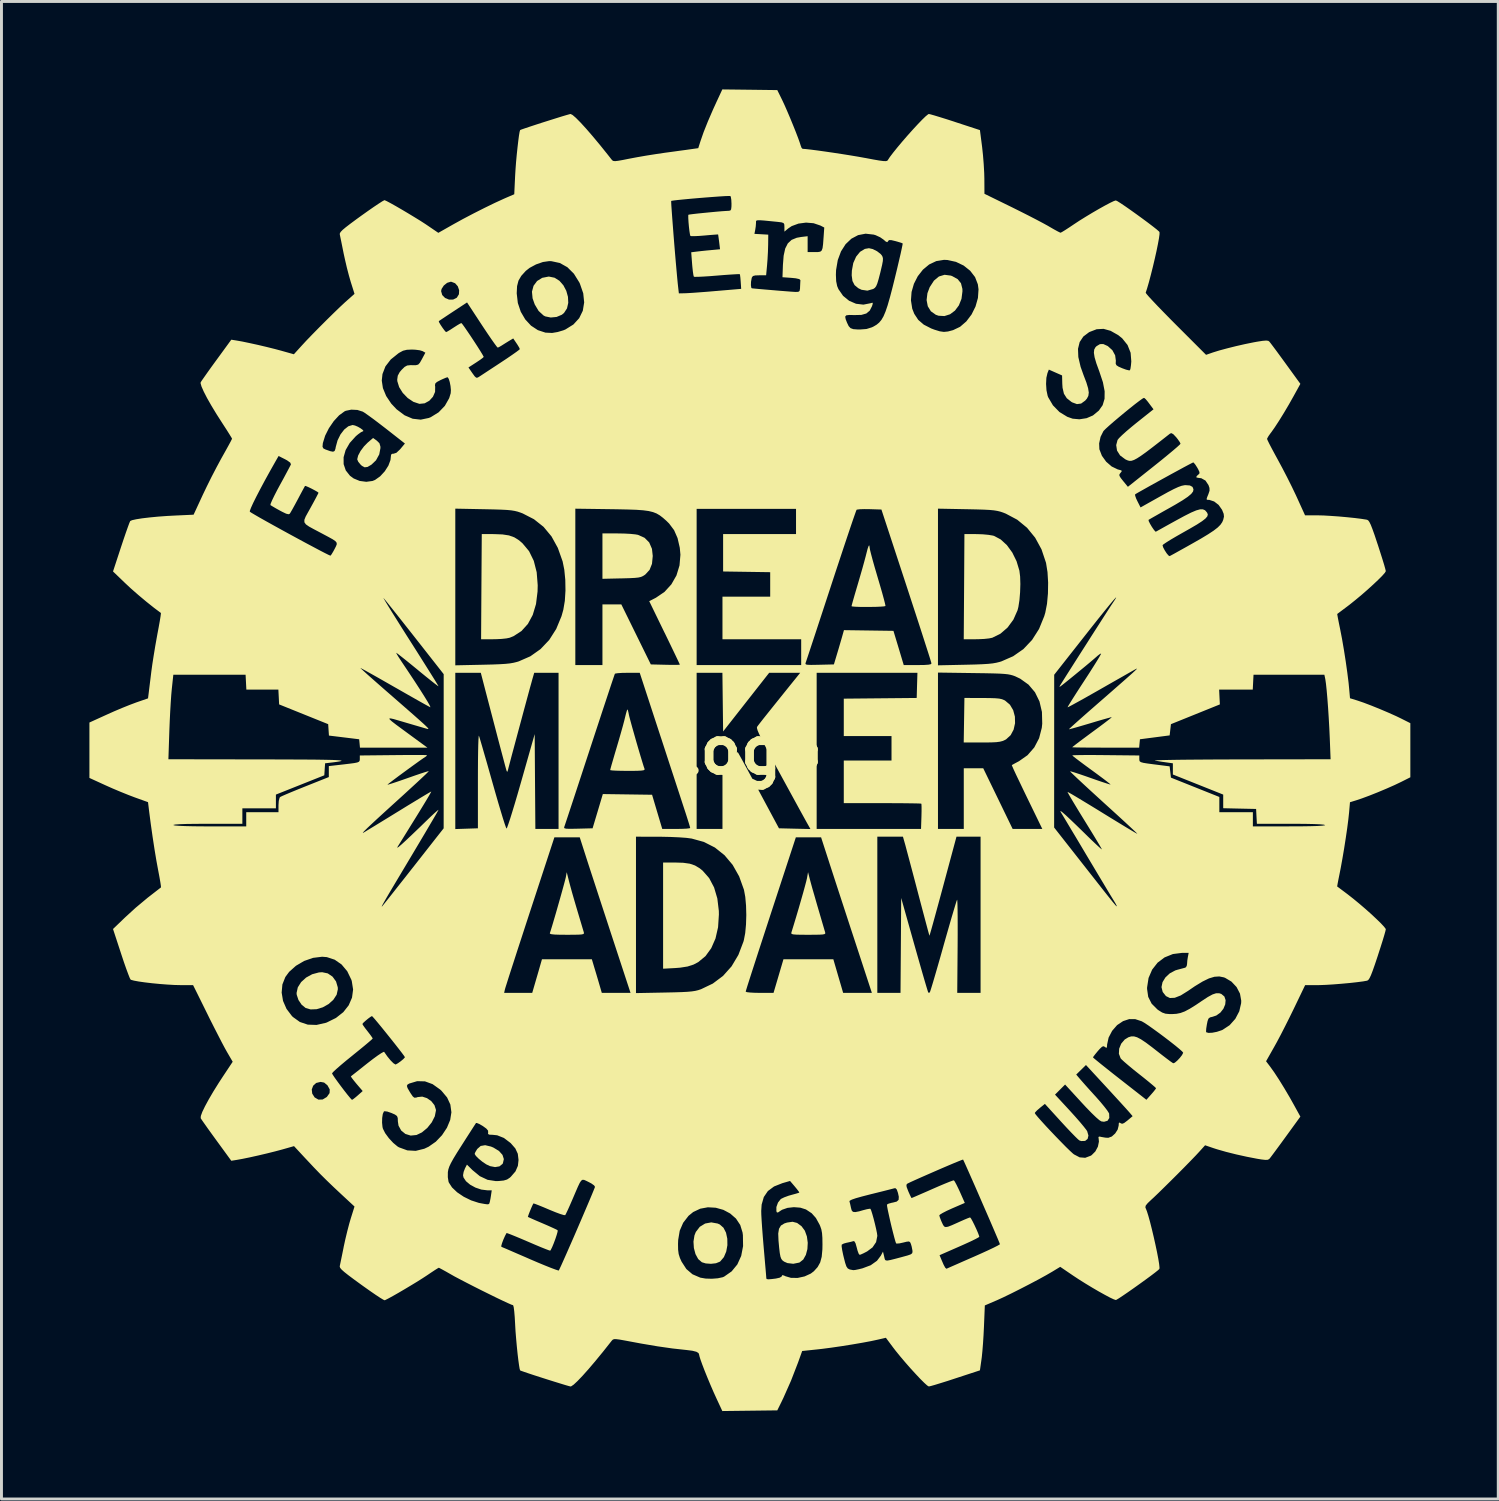
<source format=kicad_pcb>
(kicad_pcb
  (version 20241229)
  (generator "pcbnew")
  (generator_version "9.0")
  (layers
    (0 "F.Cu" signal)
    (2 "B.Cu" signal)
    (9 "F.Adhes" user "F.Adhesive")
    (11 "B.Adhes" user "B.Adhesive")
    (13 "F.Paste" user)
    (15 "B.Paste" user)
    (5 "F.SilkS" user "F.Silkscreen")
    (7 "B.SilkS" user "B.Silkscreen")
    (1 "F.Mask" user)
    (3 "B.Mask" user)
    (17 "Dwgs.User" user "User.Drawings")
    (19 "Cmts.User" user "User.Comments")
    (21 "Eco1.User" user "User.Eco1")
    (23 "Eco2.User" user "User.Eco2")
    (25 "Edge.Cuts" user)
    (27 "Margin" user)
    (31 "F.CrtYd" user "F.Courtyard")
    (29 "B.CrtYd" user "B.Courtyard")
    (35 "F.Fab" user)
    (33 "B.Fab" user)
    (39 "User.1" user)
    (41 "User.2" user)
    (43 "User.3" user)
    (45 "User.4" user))
  (footprint "logo"
    (layer "F.Cu")
    (at 22.517 22.54)
    (property "Reference" "logo" (at 0 0 0) (layer "F.SilkS") (effects (font (size 1.524 1.524) (thickness 0.3))))
    (attr board_only exclude_from_pos_files exclude_from_bom)
    (fp_poly (pts (xy -12.716 -10.561) (xy -12.625 -10.472) (xy -12.592 -10.36) (xy -12.59 -10.308) (xy -12.631 -10.091) (xy -12.742 -9.889) (xy -12.898 -9.74) (xy -13.03 -9.663) (xy -13.129 -9.65) (xy -13.222 -9.7) (xy -13.274 -9.749) (xy -13.348 -9.841) (xy -13.382 -9.921) (xy -13.382 -9.926) (xy -13.351 -10.052) (xy -13.268 -10.208) (xy -13.15 -10.366) (xy -13.025 -10.493) (xy -12.842 -10.65)) (stroke (width 0) (type solid)) (fill yes) (layer "F.SilkS"))
    (fp_poly (pts (xy -8.822 13.518) (xy -8.738 13.553) (xy -8.548 13.668) (xy -8.427 13.803) (xy -8.381 13.947) (xy -8.414 14.089) (xy -8.427 14.111) (xy -8.531 14.194) (xy -8.679 14.219) (xy -8.853 14.186) (xy -8.98 14.126) (xy -9.114 14.036) (xy -9.238 13.934) (xy -9.332 13.841) (xy -9.375 13.773) (xy -9.376 13.766) (xy -9.353 13.706) (xy -9.295 13.612) (xy -9.285 13.598) (xy -9.171 13.498) (xy -9.018 13.472)) (stroke (width 0) (type solid)) (fill yes) (layer "F.SilkS"))
    (fp_poly (pts (xy 6.862 -16.19) (xy 6.91 -16.173) (xy 7.099 -16.068) (xy 7.212 -15.927) (xy 7.26 -15.736) (xy 7.262 -15.654) (xy 7.229 -15.397) (xy 7.14 -15.174) (xy 7.006 -14.995) (xy 6.838 -14.87) (xy 6.647 -14.809) (xy 6.445 -14.821) (xy 6.351 -14.854) (xy 6.184 -14.973) (xy 6.079 -15.144) (xy 6.039 -15.354) (xy 6.067 -15.588) (xy 6.145 -15.795) (xy 6.29 -16.018) (xy 6.459 -16.159) (xy 6.651 -16.217)) (stroke (width 0) (type solid)) (fill yes) (layer "F.SilkS"))
    (fp_poly (pts (xy -14.387 7.612) (xy -14.224 7.723) (xy -14.105 7.887) (xy -14.046 8.087) (xy -14.043 8.153) (xy -14.084 8.339) (xy -14.195 8.51) (xy -14.358 8.657) (xy -14.554 8.768) (xy -14.765 8.833) (xy -14.973 8.841) (xy -15.142 8.792) (xy -15.278 8.681) (xy -15.387 8.519) (xy -15.446 8.341) (xy -15.451 8.28) (xy -15.409 8.088) (xy -15.296 7.909) (xy -15.127 7.755) (xy -14.919 7.641) (xy -14.688 7.579) (xy -14.578 7.572)) (stroke (width 0) (type solid)) (fill yes) (layer "F.SilkS"))
    (fp_poly (pts (xy -6.651 -16.117) (xy -6.485 -16.012) (xy -6.35 -15.858) (xy -6.251 -15.67) (xy -6.194 -15.465) (xy -6.184 -15.26) (xy -6.227 -15.071) (xy -6.329 -14.915) (xy -6.402 -14.855) (xy -6.582 -14.779) (xy -6.782 -14.76) (xy -6.968 -14.798) (xy -7.026 -14.828) (xy -7.194 -14.982) (xy -7.328 -15.207) (xy -7.401 -15.415) (xy -7.422 -15.641) (xy -7.368 -15.842) (xy -7.248 -16.004) (xy -7.073 -16.113) (xy -6.854 -16.156) (xy -6.842 -16.156)) (stroke (width 0) (type solid)) (fill yes) (layer "F.SilkS"))
    (fp_poly (pts (xy -4.501 -7.395) (xy -4.277 -7.391) (xy -4.067 -7.38) (xy -3.899 -7.363) (xy -3.808 -7.347) (xy -3.583 -7.247) (xy -3.423 -7.087) (xy -3.329 -6.87) (xy -3.302 -6.626) (xy -3.328 -6.358) (xy -3.41 -6.152) (xy -3.553 -5.997) (xy -3.572 -5.982) (xy -3.636 -5.941) (xy -3.703 -5.911) (xy -3.791 -5.891) (xy -3.916 -5.878) (xy -4.095 -5.869) (xy -4.343 -5.862) (xy -4.369 -5.862) (xy -5.018 -5.847) (xy -5.018 -7.395)) (stroke (width 0) (type solid)) (fill yes) (layer "F.SilkS"))
    (fp_poly (pts (xy -2.261 3.839) (xy -2.04 3.87) (xy -1.861 3.931) (xy -1.701 4.027) (xy -1.602 4.107) (xy -1.378 4.362) (xy -1.21 4.68) (xy -1.099 5.056) (xy -1.048 5.481) (xy -1.046 5.606) (xy -1.074 6.038) (xy -1.162 6.423) (xy -1.307 6.753) (xy -1.504 7.024) (xy -1.752 7.228) (xy -1.91 7.311) (xy -2.114 7.377) (xy -2.37 7.417) (xy -2.542 7.43) (xy -2.949 7.452) (xy -2.949 3.83) (xy -2.547 3.83)) (stroke (width 0) (type solid)) (fill yes) (layer "F.SilkS"))
    (fp_poly (pts (xy -1.089 16.144) (xy -1.016 16.176) (xy -0.889 16.288) (xy -0.803 16.456) (xy -0.759 16.662) (xy -0.756 16.883) (xy -0.795 17.098) (xy -0.875 17.289) (xy -0.996 17.432) (xy -1.018 17.448) (xy -1.146 17.499) (xy -1.317 17.518) (xy -1.494 17.505) (xy -1.626 17.465) (xy -1.752 17.356) (xy -1.844 17.187) (xy -1.899 16.98) (xy -1.913 16.76) (xy -1.879 16.548) (xy -1.833 16.432) (xy -1.697 16.255) (xy -1.515 16.144) (xy -1.306 16.105)) (stroke (width 0) (type solid)) (fill yes) (layer "F.SilkS"))
    (fp_poly (pts (xy -8.716 -7.372) (xy -8.429 -7.361) (xy -8.206 -7.327) (xy -8.024 -7.262) (xy -7.861 -7.159) (xy -7.745 -7.058) (xy -7.521 -6.79) (xy -7.36 -6.46) (xy -7.261 -6.072) (xy -7.226 -5.628) (xy -7.231 -5.415) (xy -7.284 -4.986) (xy -7.395 -4.616) (xy -7.561 -4.308) (xy -7.781 -4.065) (xy -8.052 -3.89) (xy -8.183 -3.837) (xy -8.295 -3.814) (xy -8.465 -3.796) (xy -8.663 -3.787) (xy -8.745 -3.786) (xy -9.157 -3.786) (xy -9.146 -5.58) (xy -9.134 -7.373)) (stroke (width 0) (type solid)) (fill yes) (layer "F.SilkS"))
    (fp_poly (pts (xy 7.947 -1.782) (xy 8.202 -1.779) (xy 8.386 -1.773) (xy 8.516 -1.761) (xy 8.611 -1.74) (xy 8.687 -1.709) (xy 8.717 -1.692) (xy 8.882 -1.552) (xy 8.993 -1.364) (xy 9.051 -1.147) (xy 9.056 -0.92) (xy 9.007 -0.703) (xy 8.906 -0.514) (xy 8.751 -0.372) (xy 8.713 -0.351) (xy 8.632 -0.315) (xy 8.538 -0.291) (xy 8.416 -0.275) (xy 8.247 -0.267) (xy 8.013 -0.264) (xy 7.924 -0.264) (xy 7.305 -0.264) (xy 7.317 -1.023) (xy 7.329 -1.783)) (stroke (width 0) (type solid)) (fill yes) (layer "F.SilkS"))
    (fp_poly (pts (xy 1.622 16.124) (xy 1.772 16.235) (xy 1.886 16.389) (xy 1.956 16.584) (xy 1.985 16.8) (xy 1.973 17.016) (xy 1.921 17.213) (xy 1.832 17.372) (xy 1.706 17.472) (xy 1.692 17.477) (xy 1.491 17.517) (xy 1.291 17.493) (xy 1.18 17.444) (xy 1.125 17.404) (xy 1.084 17.352) (xy 1.054 17.273) (xy 1.031 17.152) (xy 1.01 16.974) (xy 0.987 16.723) (xy 0.987 16.717) (xy 0.978 16.486) (xy 1.004 16.323) (xy 1.07 16.213) (xy 1.185 16.142) (xy 1.279 16.111) (xy 1.467 16.084)) (stroke (width 0) (type solid)) (fill yes) (layer "F.SilkS"))
    (fp_poly (pts (xy 7.748 -7.372) (xy 7.954 -7.365) (xy 8.147 -7.347) (xy 8.297 -7.322) (xy 8.338 -7.311) (xy 8.566 -7.19) (xy 8.777 -6.996) (xy 8.961 -6.744) (xy 9.107 -6.448) (xy 9.204 -6.125) (xy 9.229 -5.924) (xy 9.237 -5.669) (xy 9.228 -5.391) (xy 9.206 -5.121) (xy 9.17 -4.889) (xy 9.141 -4.774) (xy 9 -4.456) (xy 8.801 -4.185) (xy 8.555 -3.973) (xy 8.28 -3.837) (xy 8.169 -3.814) (xy 7.999 -3.796) (xy 7.801 -3.787) (xy 7.719 -3.786) (xy 7.306 -3.786) (xy 7.318 -5.58) (xy 7.329 -7.373)) (stroke (width 0) (type solid)) (fill yes) (layer "F.SilkS"))
    (fp_poly (pts (xy 4.203 -17.094) (xy 4.35 -17.02) (xy 4.472 -16.925) (xy 4.51 -16.88) (xy 4.538 -16.828) (xy 4.55 -16.769) (xy 4.546 -16.685) (xy 4.522 -16.557) (xy 4.478 -16.369) (xy 4.458 -16.285) (xy 4.402 -16.069) (xy 4.358 -15.922) (xy 4.318 -15.828) (xy 4.274 -15.771) (xy 4.22 -15.734) (xy 4.218 -15.733) (xy 4.019 -15.676) (xy 3.818 -15.706) (xy 3.708 -15.76) (xy 3.582 -15.865) (xy 3.51 -16.005) (xy 3.484 -16.197) (xy 3.49 -16.36) (xy 3.538 -16.619) (xy 3.635 -16.836) (xy 3.77 -17.001) (xy 3.934 -17.1) (xy 4.072 -17.124)) (stroke (width 0) (type solid)) (fill yes) (layer "F.SilkS"))
    (fp_poly (pts (xy 2.057 4.402) (xy 2.09 4.526) (xy 2.144 4.721) (xy 2.217 4.973) (xy 2.302 5.27) (xy 2.398 5.597) (xy 2.499 5.942) (xy 2.58 6.218) (xy 2.583 6.249) (xy 2.561 6.27) (xy 2.5 6.284) (xy 2.389 6.291) (xy 2.214 6.294) (xy 2.003 6.295) (xy 1.763 6.294) (xy 1.598 6.29) (xy 1.495 6.282) (xy 1.441 6.268) (xy 1.423 6.245) (xy 1.427 6.218) (xy 1.505 5.964) (xy 1.589 5.686) (xy 1.674 5.399) (xy 1.755 5.118) (xy 1.829 4.859) (xy 1.89 4.636) (xy 1.935 4.466) (xy 1.959 4.363) (xy 1.96 4.358) (xy 1.995 4.16)) (stroke (width 0) (type solid)) (fill yes) (layer "F.SilkS"))
    (fp_poly (pts (xy -6.153 4.49) (xy -6.109 4.654) (xy -6.048 4.876) (xy -5.974 5.131) (xy -5.897 5.394) (xy -5.871 5.481) (xy -5.802 5.713) (xy -5.74 5.92) (xy -5.691 6.085) (xy -5.659 6.191) (xy -5.651 6.218) (xy -5.649 6.249) (xy -5.671 6.27) (xy -5.732 6.284) (xy -5.843 6.291) (xy -6.018 6.294) (xy -6.231 6.295) (xy -6.482 6.293) (xy -6.655 6.287) (xy -6.76 6.275) (xy -6.808 6.258) (xy -6.812 6.24) (xy -6.783 6.151) (xy -6.735 5.995) (xy -6.674 5.789) (xy -6.604 5.55) (xy -6.531 5.294) (xy -6.458 5.037) (xy -6.391 4.798) (xy -6.334 4.59) (xy -6.292 4.433) (xy -6.269 4.341) (xy -6.268 4.336) (xy -6.236 4.16)) (stroke (width 0) (type solid)) (fill yes) (layer "F.SilkS"))
    (fp_poly (pts (xy 4.096 -6.915) (xy 4.096 -6.908) (xy 4.109 -6.835) (xy 4.144 -6.693) (xy 4.197 -6.494) (xy 4.265 -6.252) (xy 4.344 -5.983) (xy 4.375 -5.877) (xy 4.455 -5.606) (xy 4.525 -5.363) (xy 4.58 -5.161) (xy 4.618 -5.013) (xy 4.635 -4.931) (xy 4.635 -4.919) (xy 4.587 -4.907) (xy 4.474 -4.898) (xy 4.314 -4.891) (xy 4.126 -4.888) (xy 3.932 -4.887) (xy 3.75 -4.889) (xy 3.601 -4.895) (xy 3.504 -4.904) (xy 3.478 -4.914) (xy 3.49 -4.963) (xy 3.523 -5.083) (xy 3.573 -5.258) (xy 3.637 -5.476) (xy 3.699 -5.686) (xy 3.776 -5.951) (xy 3.85 -6.207) (xy 3.913 -6.435) (xy 3.961 -6.614) (xy 3.982 -6.697) (xy 4.028 -6.875) (xy 4.063 -6.972) (xy 4.086 -6.986)) (stroke (width 0) (type solid)) (fill yes) (layer "F.SilkS"))
    (fp_poly (pts (xy -4.151 -1.367) (xy -4.129 -1.279) (xy -4.122 -1.241) (xy -4.104 -1.158) (xy -4.064 -1.007) (xy -4.009 -0.805) (xy -3.942 -0.569) (xy -3.87 -0.315) (xy -3.796 -0.06) (xy -3.725 0.18) (xy -3.662 0.388) (xy -3.613 0.547) (xy -3.581 0.639) (xy -3.582 0.665) (xy -3.617 0.684) (xy -3.699 0.695) (xy -3.838 0.702) (xy -4.049 0.704) (xy -4.155 0.704) (xy -4.373 0.702) (xy -4.556 0.697) (xy -4.687 0.689) (xy -4.751 0.679) (xy -4.754 0.676) (xy -4.742 0.626) (xy -4.709 0.506) (xy -4.658 0.331) (xy -4.595 0.114) (xy -4.536 -0.084) (xy -4.458 -0.348) (xy -4.384 -0.606) (xy -4.32 -0.835) (xy -4.272 -1.015) (xy -4.253 -1.094) (xy -4.217 -1.24) (xy -4.186 -1.348) (xy -4.169 -1.393)) (stroke (width 0) (type solid)) (fill yes) (layer "F.SilkS"))
    (fp_poly (pts (xy 0.009 -22.529) (xy 0.946 -22.517) (xy 1.109 -22.186) (xy 1.188 -22.018) (xy 1.282 -21.804) (xy 1.384 -21.564) (xy 1.486 -21.316) (xy 1.581 -21.079) (xy 1.66 -20.872) (xy 1.717 -20.712) (xy 1.741 -20.635) (xy 1.774 -20.547) (xy 1.808 -20.514) (xy 1.908 -20.507) (xy 2.079 -20.488) (xy 2.305 -20.459) (xy 2.57 -20.422) (xy 2.858 -20.38) (xy 3.154 -20.335) (xy 3.442 -20.289) (xy 3.705 -20.245) (xy 3.927 -20.205) (xy 3.957 -20.2) (xy 4.227 -20.149) (xy 4.424 -20.115) (xy 4.559 -20.097) (xy 4.644 -20.094) (xy 4.692 -20.104) (xy 4.713 -20.124) (xy 4.785 -20.234) (xy 4.899 -20.384) (xy 5.044 -20.564) (xy 5.21 -20.762) (xy 5.387 -20.966) (xy 5.566 -21.166) (xy 5.736 -21.35) (xy 5.886 -21.506) (xy 6.007 -21.623) (xy 6.089 -21.69) (xy 6.115 -21.702) (xy 6.177 -21.688) (xy 6.308 -21.651) (xy 6.495 -21.594) (xy 6.724 -21.523) (xy 6.981 -21.44) (xy 7.021 -21.426) (xy 7.858 -21.152) (xy 7.932 -20.58) (xy 7.962 -20.3) (xy 7.987 -19.989) (xy 8.004 -19.69) (xy 8.009 -19.494) (xy 8.012 -18.98) (xy 8.947 -18.522) (xy 9.236 -18.378) (xy 9.521 -18.234) (xy 9.784 -18.098) (xy 10.009 -17.979) (xy 10.178 -17.886) (xy 10.227 -17.857) (xy 10.383 -17.767) (xy 10.511 -17.697) (xy 10.592 -17.657) (xy 10.608 -17.652) (xy 10.657 -17.676) (xy 10.762 -17.74) (xy 10.907 -17.834) (xy 11.059 -17.936) (xy 11.25 -18.062) (xy 11.467 -18.197) (xy 11.694 -18.334) (xy 11.918 -18.464) (xy 12.124 -18.579) (xy 12.298 -18.671) (xy 12.426 -18.732) (xy 12.493 -18.753) (xy 12.547 -18.728) (xy 12.657 -18.659) (xy 12.81 -18.556) (xy 12.993 -18.428) (xy 13.192 -18.286) (xy 13.394 -18.139) (xy 13.586 -17.997) (xy 13.754 -17.869) (xy 13.885 -17.766) (xy 13.965 -17.696) (xy 13.983 -17.674) (xy 13.984 -17.603) (xy 13.965 -17.462) (xy 13.929 -17.265) (xy 13.881 -17.028) (xy 13.822 -16.765) (xy 13.757 -16.49) (xy 13.689 -16.219) (xy 13.622 -15.966) (xy 13.558 -15.746) (xy 13.512 -15.605) (xy 13.539 -15.565) (xy 13.62 -15.47) (xy 13.751 -15.329) (xy 13.922 -15.148) (xy 14.128 -14.936) (xy 14.36 -14.699) (xy 14.534 -14.524) (xy 15.571 -13.487) (xy 15.808 -13.569) (xy 16.017 -13.634) (xy 16.287 -13.707) (xy 16.591 -13.783) (xy 16.903 -13.854) (xy 17.198 -13.914) (xy 17.308 -13.934) (xy 17.498 -13.964) (xy 17.62 -13.974) (xy 17.692 -13.965) (xy 17.725 -13.943) (xy 17.767 -13.892) (xy 17.851 -13.781) (xy 17.969 -13.623) (xy 18.111 -13.429) (xy 18.27 -13.211) (xy 18.283 -13.193) (xy 18.788 -12.497) (xy 18.565 -12.092) (xy 18.398 -11.796) (xy 18.226 -11.505) (xy 18.06 -11.237) (xy 17.912 -11.01) (xy 17.792 -10.84) (xy 17.778 -10.823) (xy 17.703 -10.718) (xy 17.658 -10.638) (xy 17.652 -10.617) (xy 17.673 -10.566) (xy 17.729 -10.451) (xy 17.815 -10.287) (xy 17.923 -10.086) (xy 18.019 -9.91) (xy 18.171 -9.628) (xy 18.335 -9.312) (xy 18.494 -8.994) (xy 18.631 -8.708) (xy 18.667 -8.63) (xy 18.948 -8.012) (xy 19.39 -8.012) (xy 19.582 -8.007) (xy 19.824 -7.993) (xy 20.094 -7.974) (xy 20.371 -7.949) (xy 20.633 -7.922) (xy 20.859 -7.894) (xy 21.026 -7.868) (xy 21.066 -7.86) (xy 21.103 -7.838) (xy 21.142 -7.785) (xy 21.189 -7.69) (xy 21.247 -7.542) (xy 21.322 -7.332) (xy 21.416 -7.048) (xy 21.43 -7.008) (xy 21.513 -6.749) (xy 21.587 -6.516) (xy 21.646 -6.323) (xy 21.685 -6.183) (xy 21.702 -6.111) (xy 21.702 -6.107) (xy 21.67 -6.052) (xy 21.581 -5.951) (xy 21.445 -5.815) (xy 21.275 -5.654) (xy 21.082 -5.479) (xy 20.876 -5.299) (xy 20.668 -5.126) (xy 20.471 -4.968) (xy 20.404 -4.917) (xy 20.255 -4.805) (xy 20.136 -4.716) (xy 20.062 -4.66) (xy 20.045 -4.648) (xy 20.051 -4.606) (xy 20.071 -4.495) (xy 20.103 -4.332) (xy 20.143 -4.138) (xy 20.208 -3.803) (xy 20.273 -3.425) (xy 20.335 -3.03) (xy 20.389 -2.647) (xy 20.432 -2.304) (xy 20.451 -2.108) (xy 20.481 -1.773) (xy 20.728 -1.697) (xy 20.942 -1.624) (xy 21.208 -1.523) (xy 21.5 -1.405) (xy 21.792 -1.281) (xy 22.058 -1.162) (xy 22.227 -1.08) (xy 22.539 -0.923) (xy 22.539 0.923) (xy 22.227 1.08) (xy 22.001 1.188) (xy 21.727 1.309) (xy 21.432 1.433) (xy 21.143 1.548) (xy 20.887 1.643) (xy 20.728 1.697) (xy 20.48 1.774) (xy 20.449 2.13) (xy 20.424 2.361) (xy 20.386 2.656) (xy 20.337 2.991) (xy 20.282 3.344) (xy 20.223 3.692) (xy 20.165 4.013) (xy 20.123 4.226) (xy 20.087 4.404) (xy 20.06 4.545) (xy 20.045 4.631) (xy 20.044 4.648) (xy 20.08 4.674) (xy 20.171 4.742) (xy 20.302 4.84) (xy 20.404 4.917) (xy 20.594 5.066) (xy 20.799 5.235) (xy 21.007 5.413) (xy 21.207 5.591) (xy 21.386 5.759) (xy 21.536 5.905) (xy 21.643 6.02) (xy 21.698 6.093) (xy 21.702 6.107) (xy 21.689 6.169) (xy 21.652 6.301) (xy 21.596 6.488) (xy 21.524 6.716) (xy 21.441 6.972) (xy 21.43 7.008) (xy 21.332 7.301) (xy 21.255 7.52) (xy 21.195 7.675) (xy 21.147 7.776) (xy 21.107 7.834) (xy 21.071 7.858) (xy 21.066 7.86) (xy 20.926 7.885) (xy 20.72 7.912) (xy 20.469 7.94) (xy 20.195 7.965) (xy 19.92 7.987) (xy 19.665 8.003) (xy 19.454 8.011) (xy 19.391 8.012) (xy 18.951 8.012) (xy 18.56 8.825) (xy 18.419 9.113) (xy 18.269 9.412) (xy 18.122 9.699) (xy 17.989 9.95) (xy 17.893 10.123) (xy 17.618 10.609) (xy 17.76 10.796) (xy 17.897 10.988) (xy 18.062 11.24) (xy 18.242 11.532) (xy 18.426 11.844) (xy 18.565 12.092) (xy 18.788 12.497) (xy 18.283 13.193) (xy 18.124 13.411) (xy 17.98 13.607) (xy 17.86 13.769) (xy 17.773 13.885) (xy 17.727 13.942) (xy 17.725 13.943) (xy 17.679 13.969) (xy 17.598 13.974) (xy 17.462 13.959) (xy 17.321 13.936) (xy 16.964 13.867) (xy 16.598 13.786) (xy 16.251 13.699) (xy 15.95 13.613) (xy 15.837 13.577) (xy 15.538 13.475) (xy 15.331 13.704) (xy 15.209 13.835) (xy 15.038 14.012) (xy 14.833 14.222) (xy 14.607 14.45) (xy 14.374 14.682) (xy 14.15 14.903) (xy 13.949 15.1) (xy 13.785 15.257) (xy 13.701 15.334) (xy 13.579 15.45) (xy 13.515 15.529) (xy 13.5 15.588) (xy 13.513 15.624) (xy 13.553 15.724) (xy 13.604 15.886) (xy 13.662 16.096) (xy 13.723 16.339) (xy 13.785 16.599) (xy 13.844 16.863) (xy 13.897 17.113) (xy 13.94 17.337) (xy 13.97 17.519) (xy 13.983 17.643) (xy 13.979 17.693) (xy 13.932 17.737) (xy 13.828 17.82) (xy 13.679 17.933) (xy 13.498 18.066) (xy 13.301 18.208) (xy 13.099 18.352) (xy 12.906 18.487) (xy 12.735 18.604) (xy 12.601 18.693) (xy 12.515 18.744) (xy 12.493 18.753) (xy 12.423 18.73) (xy 12.293 18.669) (xy 12.117 18.575) (xy 11.908 18.459) (xy 11.682 18.327) (xy 11.451 18.187) (xy 11.23 18.048) (xy 11.036 17.92) (xy 10.597 17.621) (xy 10.324 17.787) (xy 10.12 17.905) (xy 9.857 18.05) (xy 9.558 18.208) (xy 9.244 18.37) (xy 8.938 18.524) (xy 8.66 18.659) (xy 8.433 18.763) (xy 8.404 18.775) (xy 8.025 18.938) (xy 7.995 19.671) (xy 7.981 19.952) (xy 7.963 20.235) (xy 7.942 20.495) (xy 7.921 20.705) (xy 7.911 20.778) (xy 7.858 21.152) (xy 7.021 21.426) (xy 6.762 21.511) (xy 6.528 21.584) (xy 6.333 21.644) (xy 6.193 21.684) (xy 6.119 21.701) (xy 6.115 21.702) (xy 6.061 21.67) (xy 5.962 21.581) (xy 5.827 21.447) (xy 5.668 21.278) (xy 5.493 21.087) (xy 5.315 20.884) (xy 5.142 20.68) (xy 4.986 20.488) (xy 4.889 20.362) (xy 4.65 20.041) (xy 4.387 20.102) (xy 4.146 20.154) (xy 3.841 20.211) (xy 3.497 20.27) (xy 3.139 20.327) (xy 2.79 20.378) (xy 2.476 20.419) (xy 2.317 20.437) (xy 1.795 20.492) (xy 1.653 20.888) (xy 1.414 21.505) (xy 1.153 22.094) (xy 1.087 22.231) (xy 0.946 22.517) (xy -0.929 22.54) (xy -1.129 22.11) (xy -1.23 21.888) (xy -1.335 21.645) (xy -1.438 21.398) (xy -1.534 21.16) (xy -1.615 20.949) (xy -1.676 20.778) (xy -1.711 20.663) (xy -1.717 20.629) (xy -1.739 20.565) (xy -1.814 20.518) (xy -1.952 20.483) (xy -2.166 20.456) (xy -2.206 20.452) (xy -2.633 20.405) (xy -3.135 20.333) (xy -3.703 20.237) (xy -4.024 20.177) (xy -4.266 20.132) (xy -4.435 20.102) (xy -4.548 20.088) (xy -4.618 20.088) (xy -4.661 20.102) (xy -4.691 20.13) (xy -4.707 20.149) (xy -4.989 20.505) (xy -5.251 20.825) (xy -5.488 21.104) (xy -5.695 21.336) (xy -5.867 21.516) (xy -5.999 21.639) (xy -6.086 21.698) (xy -6.105 21.702) (xy -6.16 21.689) (xy -6.282 21.654) (xy -6.455 21.601) (xy -6.665 21.536) (xy -6.895 21.464) (xy -7.129 21.389) (xy -7.353 21.317) (xy -7.549 21.252) (xy -7.704 21.199) (xy -7.8 21.165) (xy -7.825 21.154) (xy -7.842 21.101) (xy -7.863 20.976) (xy -7.888 20.794) (xy -7.914 20.573) (xy -7.939 20.327) (xy -7.962 20.073) (xy -7.982 19.827) (xy -7.995 19.604) (xy -7.996 19.578) (xy -8.01 19.332) (xy -8.027 19.135) (xy -8.045 18.997) (xy -8.064 18.932) (xy -8.069 18.929) (xy -8.126 18.91) (xy -8.248 18.856) (xy -8.423 18.775) (xy -8.638 18.672) (xy -8.88 18.553) (xy -9.137 18.426) (xy -9.395 18.296) (xy -9.643 18.169) (xy -9.868 18.052) (xy -10.057 17.952) (xy -10.186 17.879) (xy -10.351 17.785) (xy -10.487 17.71) (xy -10.575 17.663) (xy -10.6 17.652) (xy -10.644 17.676) (xy -10.744 17.739) (xy -10.883 17.831) (xy -11.001 17.911) (xy -11.148 18.007) (xy -11.333 18.124) (xy -11.544 18.252) (xy -11.763 18.383) (xy -11.976 18.508) (xy -12.167 18.617) (xy -12.321 18.701) (xy -12.423 18.753) (xy -12.448 18.762) (xy -12.495 18.741) (xy -12.602 18.676) (xy -12.758 18.573) (xy -12.951 18.44) (xy -13.171 18.284) (xy -13.245 18.231) (xy -13.5 18.045) (xy -13.691 17.902) (xy -13.826 17.795) (xy -13.914 17.716) (xy -13.962 17.659) (xy -13.978 17.615) (xy -13.977 17.593) (xy -13.961 17.515) (xy -13.931 17.37) (xy -13.892 17.18) (xy -13.848 16.963) (xy -13.845 16.943) (xy -13.836 16.902) (xy -8.468 16.902) (xy -8.467 16.937) (xy -8.418 16.958) (xy -8.299 17.008) (xy -8.124 17.084) (xy -7.903 17.18) (xy -7.648 17.29) (xy -7.484 17.362) (xy -7.215 17.477) (xy -6.974 17.577) (xy -6.771 17.658) (xy -6.618 17.715) (xy -6.528 17.744) (xy -6.507 17.746) (xy -6.484 17.7) (xy -6.429 17.583) (xy -6.349 17.404) (xy -6.246 17.173) (xy -6.126 16.899) (xy -6.099 16.838) (xy -2.44 16.838) (xy -2.437 17.037) (xy -2.418 17.184) (xy -2.376 17.318) (xy -2.319 17.444) (xy -2.156 17.696) (xy -1.947 17.875) (xy -1.683 17.989) (xy -1.681 17.99) (xy -1.5 18.021) (xy -1.29 18.028) (xy -1.084 18.012) (xy -0.916 17.976) (xy -0.867 17.955) (xy -0.611 17.776) (xy -0.416 17.538) (xy -0.285 17.248) (xy -0.221 16.914) (xy -0.227 16.542) (xy -0.239 16.45) (xy -0.318 16.193) (xy -0.463 15.975) (xy -0.661 15.802) (xy -0.823 15.715) (xy 0.398 15.715) (xy 0.401 15.845) (xy 0.412 16.044) (xy 0.429 16.296) (xy 0.451 16.583) (xy 0.476 16.887) (xy 0.485 16.991) (xy 0.51 17.278) (xy 0.532 17.535) (xy 0.551 17.749) (xy 0.564 17.908) (xy 0.571 17.999) (xy 0.572 18.015) (xy 0.587 18.039) (xy 0.644 18.047) (xy 0.757 18.038) (xy 0.896 18.021) (xy 1.029 17.991) (xy 1.096 17.95) (xy 1.101 17.935) (xy 1.116 17.903) (xy 1.176 17.918) (xy 1.222 17.941) (xy 1.416 17.998) (xy 1.644 17.999) (xy 1.878 17.948) (xy 2.089 17.851) (xy 2.194 17.771) (xy 2.322 17.629) (xy 2.409 17.472) (xy 2.461 17.278) (xy 2.484 17.03) (xy 2.486 16.926) (xy 3.141 16.926) (xy 3.159 17.049) (xy 3.193 17.213) (xy 3.214 17.3) (xy 3.262 17.488) (xy 3.303 17.608) (xy 3.35 17.676) (xy 3.416 17.711) (xy 3.514 17.73) (xy 3.545 17.734) (xy 3.61 17.727) (xy 3.731 17.702) (xy 3.852 17.672) (xy 4.132 17.567) (xy 4.346 17.415) (xy 4.476 17.243) (xy 4.551 17.102) (xy 4.591 17.267) (xy 4.606 17.335) (xy 4.621 17.38) (xy 4.652 17.404) (xy 4.711 17.406) (xy 4.814 17.386) (xy 4.973 17.346) (xy 5.203 17.285) (xy 5.216 17.281) (xy 5.389 17.234) (xy 5.492 17.198) (xy 5.543 17.162) (xy 5.558 17.117) (xy 5.556 17.066) (xy 5.53 16.931) (xy 5.503 16.839) (xy 5.475 16.779) (xy 5.436 16.756) (xy 5.359 16.764) (xy 5.241 16.793) (xy 5.113 16.821) (xy 5.023 16.828) (xy 4.999 16.821) (xy 4.976 16.758) (xy 4.94 16.631) (xy 4.895 16.458) (xy 4.845 16.259) (xy 4.796 16.051) (xy 4.752 15.852) (xy 4.715 15.682) (xy 4.692 15.558) (xy 4.687 15.499) (xy 4.687 15.497) (xy 4.742 15.466) (xy 4.85 15.436) (xy 4.89 15.429) (xy 5.02 15.395) (xy 5.084 15.336) (xy 5.091 15.232) (xy 5.063 15.102) (xy 5.022 14.984) (xy 4.977 14.939) (xy 4.939 14.941) (xy 4.873 14.959) (xy 4.737 14.994) (xy 4.548 15.042) (xy 4.319 15.099) (xy 4.125 15.147) (xy 3.834 15.222) (xy 3.624 15.281) (xy 3.488 15.328) (xy 3.418 15.365) (xy 3.407 15.388) (xy 3.429 15.468) (xy 3.455 15.587) (xy 3.458 15.602) (xy 3.483 15.695) (xy 3.527 15.745) (xy 3.606 15.754) (xy 3.739 15.728) (xy 3.87 15.69) (xy 4.002 15.656) (xy 4.095 15.64) (xy 4.123 15.642) (xy 4.149 15.699) (xy 4.187 15.819) (xy 4.232 15.979) (xy 4.277 16.157) (xy 4.317 16.328) (xy 4.346 16.471) (xy 4.358 16.562) (xy 4.358 16.567) (xy 4.316 16.778) (xy 4.194 16.959) (xy 4.009 17.096) (xy 3.883 17.161) (xy 3.788 17.203) (xy 3.754 17.212) (xy 3.722 17.173) (xy 3.684 17.071) (xy 3.657 16.967) (xy 3.615 16.818) (xy 3.574 16.749) (xy 3.543 16.744) (xy 3.462 16.767) (xy 3.341 16.794) (xy 3.326 16.796) (xy 3.215 16.826) (xy 3.147 16.862) (xy 3.143 16.868) (xy 3.141 16.926) (xy 2.486 16.926) (xy 2.487 16.86) (xy 2.484 16.633) (xy 2.472 16.469) (xy 2.448 16.341) (xy 2.407 16.225) (xy 2.386 16.178) (xy 2.263 15.955) (xy 2.12 15.794) (xy 1.935 15.671) (xy 1.919 15.662) (xy 1.732 15.603) (xy 1.512 15.586) (xy 1.294 15.61) (xy 1.11 15.674) (xy 1.062 15.704) (xy 0.976 15.763) (xy 0.935 15.768) (xy 0.915 15.724) (xy 0.915 15.581) (xy 0.97 15.429) (xy 1.061 15.314) (xy 1.077 15.302) (xy 1.181 15.251) (xy 1.331 15.196) (xy 1.436 15.166) (xy 1.572 15.129) (xy 1.667 15.1) (xy 1.698 15.089) (xy 1.678 15.052) (xy 1.615 14.969) (xy 1.545 14.884) (xy 1.495 14.825) (xy 5.35 14.825) (xy 5.358 14.897) (xy 5.406 15.024) (xy 5.416 15.049) (xy 5.471 15.172) (xy 5.512 15.254) (xy 5.526 15.275) (xy 5.568 15.258) (xy 5.678 15.211) (xy 5.841 15.14) (xy 6.046 15.051) (xy 6.236 14.967) (xy 6.465 14.867) (xy 6.667 14.782) (xy 6.828 14.717) (xy 6.933 14.679) (xy 6.969 14.671) (xy 7.001 14.714) (xy 7.058 14.819) (xy 7.131 14.969) (xy 7.174 15.062) (xy 7.342 15.441) (xy 6.907 15.629) (xy 6.729 15.71) (xy 6.587 15.783) (xy 6.496 15.839) (xy 6.472 15.866) (xy 6.49 15.932) (xy 6.533 16.044) (xy 6.559 16.104) (xy 6.6 16.191) (xy 6.638 16.245) (xy 6.69 16.265) (xy 6.771 16.252) (xy 6.895 16.204) (xy 7.08 16.122) (xy 7.159 16.086) (xy 7.316 16.016) (xy 7.441 15.964) (xy 7.515 15.937) (xy 7.523 15.936) (xy 7.554 15.972) (xy 7.607 16.067) (xy 7.672 16.197) (xy 7.738 16.339) (xy 7.794 16.469) (xy 7.829 16.565) (xy 7.836 16.597) (xy 7.797 16.625) (xy 7.691 16.681) (xy 7.531 16.759) (xy 7.329 16.851) (xy 7.158 16.927) (xy 6.481 17.224) (xy 6.547 17.383) (xy 6.621 17.553) (xy 6.675 17.651) (xy 6.713 17.685) (xy 6.726 17.683) (xy 6.774 17.661) (xy 6.89 17.61) (xy 7.063 17.534) (xy 7.281 17.438) (xy 7.531 17.328) (xy 7.649 17.277) (xy 7.907 17.162) (xy 8.137 17.057) (xy 8.325 16.968) (xy 8.461 16.899) (xy 8.532 16.857) (xy 8.54 16.849) (xy 8.523 16.803) (xy 8.476 16.688) (xy 8.402 16.514) (xy 8.308 16.294) (xy 8.198 16.038) (xy 8.076 15.758) (xy 7.948 15.464) (xy 7.819 15.167) (xy 7.694 14.88) (xy 7.576 14.613) (xy 7.472 14.377) (xy 7.386 14.184) (xy 7.323 14.045) (xy 7.288 13.971) (xy 7.283 13.962) (xy 7.242 13.975) (xy 7.134 14.018) (xy 6.972 14.084) (xy 6.771 14.169) (xy 6.544 14.266) (xy 6.305 14.37) (xy 6.067 14.474) (xy 5.844 14.572) (xy 5.649 14.659) (xy 5.497 14.728) (xy 5.4 14.775) (xy 5.377 14.787) (xy 5.35 14.825) (xy 1.495 14.825) (xy 1.381 14.692) (xy 1.12 14.767) (xy 0.835 14.88) (xy 0.625 15.036) (xy 0.486 15.24) (xy 0.412 15.499) (xy 0.398 15.715) (xy -0.823 15.715) (xy -0.896 15.677) (xy -1.154 15.605) (xy -1.421 15.59) (xy -1.682 15.638) (xy -1.923 15.752) (xy -2.081 15.881) (xy -2.265 16.119) (xy -2.382 16.389) (xy -2.435 16.706) (xy -2.44 16.838) (xy -6.099 16.838) (xy -5.991 16.592) (xy -5.88 16.335) (xy -5.739 16.007) (xy -5.609 15.703) (xy -5.494 15.433) (xy -5.399 15.208) (xy -5.328 15.036) (xy -5.284 14.927) (xy -5.272 14.893) (xy -5.303 14.843) (xy -5.396 14.777) (xy -5.491 14.727) (xy -5.58 14.683) (xy -5.646 14.655) (xy -5.698 14.652) (xy -5.744 14.684) (xy -5.793 14.758) (xy -5.854 14.885) (xy -5.936 15.075) (xy -6.036 15.309) (xy -6.122 15.507) (xy -6.197 15.675) (xy -6.255 15.797) (xy -6.287 15.857) (xy -6.289 15.859) (xy -6.339 15.854) (xy -6.454 15.82) (xy -6.616 15.76) (xy -6.81 15.681) (xy -6.84 15.668) (xy -7.036 15.585) (xy -7.199 15.519) (xy -7.316 15.474) (xy -7.37 15.458) (xy -7.372 15.459) (xy -7.401 15.512) (xy -7.445 15.611) (xy -7.494 15.729) (xy -7.536 15.837) (xy -7.559 15.907) (xy -7.56 15.918) (xy -7.516 15.939) (xy -7.408 15.988) (xy -7.252 16.056) (xy -7.064 16.136) (xy -6.872 16.219) (xy -6.71 16.292) (xy -6.595 16.346) (xy -6.545 16.375) (xy -6.548 16.424) (xy -6.577 16.529) (xy -6.623 16.668) (xy -6.678 16.816) (xy -6.733 16.949) (xy -6.78 17.043) (xy -6.799 17.07) (xy -6.842 17.058) (xy -6.953 17.016) (xy -7.118 16.95) (xy -7.325 16.863) (xy -7.546 16.768) (xy -7.78 16.668) (xy -7.984 16.583) (xy -8.145 16.518) (xy -8.251 16.478) (xy -8.289 16.468) (xy -8.342 16.568) (xy -8.397 16.691) (xy -8.442 16.811) (xy -8.468 16.902) (xy -13.836 16.902) (xy -13.788 16.682) (xy -13.721 16.403) (xy -13.653 16.144) (xy -13.604 15.976) (xy -13.475 15.564) (xy -13.902 15.168) (xy -14.181 14.907) (xy -14.418 14.679) (xy -14.535 14.563) (xy -10.292 14.563) (xy -10.269 14.711) (xy -10.257 14.746) (xy -10.149 14.913) (xy -9.974 15.079) (xy -9.75 15.23) (xy -9.498 15.354) (xy -9.237 15.439) (xy -9.193 15.448) (xy -9.036 15.477) (xy -8.945 15.489) (xy -8.899 15.483) (xy -8.877 15.462) (xy -8.859 15.402) (xy -8.836 15.288) (xy -8.825 15.22) (xy -8.794 15.011) (xy -8.945 15.011) (xy -9.149 14.986) (xy -9.35 14.918) (xy -9.531 14.819) (xy -9.673 14.7) (xy -9.757 14.573) (xy -9.773 14.497) (xy -9.752 14.381) (xy -9.706 14.262) (xy -9.64 14.134) (xy -9.453 14.32) (xy -9.2 14.529) (xy -8.936 14.653) (xy -8.653 14.697) (xy -8.554 14.694) (xy -8.386 14.677) (xy -8.272 14.643) (xy -8.178 14.581) (xy -8.141 14.547) (xy -7.984 14.365) (xy -7.902 14.176) (xy -7.88 13.977) (xy -7.905 13.765) (xy -7.989 13.583) (xy -8.144 13.405) (xy -8.151 13.398) (xy -8.379 13.225) (xy -8.608 13.134) (xy -8.761 13.118) (xy -8.875 13.113) (xy -8.92 13.09) (xy -8.917 13.039) (xy -8.916 13.036) (xy -8.92 12.974) (xy -8.979 12.905) (xy -9.099 12.818) (xy -9.216 12.75) (xy -9.301 12.715) (xy -9.331 12.716) (xy -9.361 12.762) (xy -9.431 12.87) (xy -9.533 13.029) (xy -9.659 13.225) (xy -9.801 13.448) (xy -9.812 13.465) (xy -9.978 13.726) (xy -10.1 13.927) (xy -10.185 14.08) (xy -10.241 14.199) (xy -10.274 14.297) (xy -10.29 14.386) (xy -10.291 14.397) (xy -10.292 14.563) (xy -14.535 14.563) (xy -14.637 14.462) (xy -14.862 14.229) (xy -15.116 13.958) (xy -15.155 13.917) (xy -15.538 13.504) (xy -15.946 13.62) (xy -16.186 13.684) (xy -16.467 13.754) (xy -16.764 13.824) (xy -17.052 13.888) (xy -17.306 13.94) (xy -17.499 13.975) (xy -17.5 13.975) (xy -17.678 14.003) (xy -18.182 13.312) (xy -18.341 13.093) (xy -18.483 12.896) (xy -18.599 12.731) (xy -18.619 12.703) (xy -12.535 12.703) (xy -12.52 12.853) (xy -12.505 12.911) (xy -12.429 13.062) (xy -12.304 13.232) (xy -12.155 13.393) (xy -12.008 13.515) (xy -11.958 13.545) (xy -11.673 13.649) (xy -11.386 13.665) (xy -11.094 13.593) (xy -10.946 13.523) (xy -10.702 13.353) (xy -10.49 13.131) (xy -10.322 12.877) (xy -10.211 12.611) (xy -10.174 12.376) (xy 9.729 12.376) (xy 9.758 12.422) (xy 9.838 12.519) (xy 9.96 12.656) (xy 10.11 12.821) (xy 10.28 13.002) (xy 10.457 13.188) (xy 10.632 13.368) (xy 10.792 13.531) (xy 10.928 13.663) (xy 11.029 13.756) (xy 11.065 13.785) (xy 11.26 13.887) (xy 11.449 13.902) (xy 11.638 13.831) (xy 11.67 13.81) (xy 11.794 13.686) (xy 11.882 13.521) (xy 11.917 13.35) (xy 11.909 13.261) (xy 11.9 13.192) (xy 11.937 13.177) (xy 12.006 13.192) (xy 12.139 13.215) (xy 12.237 13.22) (xy 12.356 13.176) (xy 12.47 13.073) (xy 12.556 12.94) (xy 12.59 12.804) (xy 12.596 12.715) (xy 12.622 12.699) (xy 12.654 12.721) (xy 12.706 12.742) (xy 12.774 12.718) (xy 12.88 12.638) (xy 12.892 12.628) (xy 13.066 12.482) (xy 12.965 12.363) (xy 12.907 12.297) (xy 12.799 12.177) (xy 12.651 12.014) (xy 12.473 11.82) (xy 12.276 11.605) (xy 12.17 11.49) (xy 11.475 10.737) (xy 11.309 10.9) (xy 11.142 11.063) (xy 11.261 11.203) (xy 11.334 11.287) (xy 11.451 11.42) (xy 11.599 11.585) (xy 11.762 11.765) (xy 11.809 11.816) (xy 11.965 11.993) (xy 12.099 12.155) (xy 12.201 12.288) (xy 12.257 12.377) (xy 12.265 12.395) (xy 12.271 12.544) (xy 12.21 12.639) (xy 12.091 12.673) (xy 11.998 12.66) (xy 11.932 12.619) (xy 11.817 12.52) (xy 11.665 12.373) (xy 11.484 12.187) (xy 11.327 12.018) (xy 10.763 11.403) (xy 10.591 11.575) (xy 10.419 11.747) (xy 10.933 12.303) (xy 11.108 12.497) (xy 11.266 12.677) (xy 11.395 12.832) (xy 11.484 12.946) (xy 11.516 12.995) (xy 11.559 13.143) (xy 11.531 13.258) (xy 11.446 13.326) (xy 11.315 13.331) (xy 11.256 13.313) (xy 11.206 13.274) (xy 11.109 13.18) (xy 10.974 13.042) (xy 10.811 12.87) (xy 10.632 12.676) (xy 10.074 12.063) (xy 9.901 12.202) (xy 9.802 12.288) (xy 9.74 12.355) (xy 9.729 12.376) (xy -10.174 12.376) (xy -10.17 12.353) (xy -10.17 12.348) (xy -10.206 12.084) (xy -10.317 11.844) (xy -10.508 11.616) (xy -10.556 11.572) (xy -10.811 11.39) (xy -11.071 11.295) (xy -11.337 11.288) (xy -11.605 11.368) (xy -11.667 11.404) (xy -11.688 11.449) (xy -11.666 11.523) (xy -11.596 11.644) (xy -11.56 11.703) (xy -11.488 11.808) (xy -11.434 11.852) (xy -11.37 11.848) (xy -11.32 11.831) (xy -11.165 11.815) (xy -11.003 11.867) (xy -10.857 11.969) (xy -10.748 12.106) (xy -10.698 12.262) (xy -10.697 12.287) (xy -10.736 12.487) (xy -10.84 12.693) (xy -10.993 12.884) (xy -11.176 13.036) (xy -11.36 13.124) (xy -11.559 13.144) (xy -11.74 13.088) (xy -11.883 12.971) (xy -11.974 12.805) (xy -11.996 12.657) (xy -12 12.545) (xy -12.026 12.477) (xy -12.095 12.427) (xy -12.214 12.374) (xy -12.355 12.325) (xy -12.449 12.313) (xy -12.472 12.322) (xy -12.51 12.405) (xy -12.531 12.543) (xy -12.535 12.703) (xy -18.619 12.703) (xy -18.682 12.613) (xy -18.721 12.552) (xy -18.722 12.55) (xy -18.717 12.475) (xy -18.667 12.337) (xy -18.575 12.146) (xy -18.447 11.91) (xy -18.288 11.638) (xy -18.246 11.571) (xy -14.933 11.571) (xy -14.917 11.713) (xy -14.835 11.842) (xy -14.705 11.918) (xy -14.561 11.913) (xy -14.422 11.829) (xy -14.415 11.822) (xy -14.325 11.695) (xy -14.32 11.569) (xy -14.398 11.429) (xy -14.398 11.429) (xy -14.511 11.336) (xy -14.633 11.313) (xy -14.782 11.349) (xy -14.885 11.443) (xy -14.933 11.571) (xy -18.246 11.571) (xy -18.102 11.34) (xy -17.968 11.135) (xy -17.893 11.022) (xy -14.241 11.022) (xy -14.216 11.071) (xy -14.149 11.171) (xy -14.052 11.306) (xy -13.939 11.459) (xy -13.822 11.613) (xy -13.713 11.752) (xy -13.624 11.86) (xy -13.569 11.919) (xy -13.558 11.925) (xy -13.516 11.899) (xy -13.43 11.831) (xy -13.366 11.776) (xy -13.196 11.625) (xy -13.406 11.38) (xy -13.504 11.26) (xy -13.573 11.17) (xy -13.598 11.125) (xy -13.598 11.123) (xy -13.559 11.093) (xy -13.464 11.018) (xy -13.323 10.907) (xy -13.151 10.77) (xy -13.036 10.679) (xy -12.85 10.535) (xy -12.687 10.416) (xy -12.561 10.332) (xy -12.483 10.29) (xy -12.464 10.289) (xy -12.354 10.446) (xy -12.244 10.58) (xy -12.148 10.676) (xy -12.081 10.718) (xy -12.068 10.718) (xy -11.994 10.677) (xy -11.899 10.609) (xy -11.811 10.536) (xy -11.76 10.48) (xy -11.758 10.477) (xy 11.714 10.477) (xy 11.748 10.509) (xy 11.842 10.587) (xy 11.987 10.705) (xy 12.175 10.855) (xy 12.395 11.03) (xy 12.626 11.211) (xy 13.536 11.923) (xy 13.7 11.739) (xy 13.79 11.634) (xy 13.85 11.556) (xy 13.865 11.529) (xy 13.833 11.494) (xy 13.742 11.415) (xy 13.605 11.301) (xy 13.433 11.162) (xy 13.295 11.053) (xy 13.098 10.896) (xy 12.922 10.75) (xy 12.78 10.628) (xy 12.686 10.541) (xy 12.657 10.509) (xy 12.598 10.354) (xy 12.607 10.18) (xy 12.676 10.01) (xy 12.796 9.868) (xy 12.921 9.791) (xy 13.015 9.762) (xy 13.11 9.76) (xy 13.218 9.791) (xy 13.35 9.86) (xy 13.518 9.972) (xy 13.734 10.134) (xy 13.891 10.257) (xy 14.074 10.4) (xy 14.236 10.524) (xy 14.362 10.618) (xy 14.439 10.67) (xy 14.452 10.678) (xy 14.505 10.658) (xy 14.587 10.589) (xy 14.676 10.495) (xy 14.75 10.4) (xy 14.788 10.326) (xy 14.789 10.314) (xy 14.754 10.272) (xy 14.661 10.189) (xy 14.522 10.074) (xy 14.35 9.939) (xy 14.16 9.793) (xy 13.963 9.646) (xy 13.773 9.508) (xy 13.604 9.388) (xy 13.468 9.298) (xy 13.378 9.246) (xy 13.376 9.245) (xy 13.154 9.172) (xy 12.95 9.171) (xy 12.741 9.24) (xy 12.537 9.376) (xy 12.367 9.572) (xy 12.247 9.802) (xy 12.195 10.042) (xy 12.194 10.08) (xy 12.185 10.148) (xy 12.147 10.14) (xy 12.123 10.121) (xy 12.076 10.096) (xy 12.024 10.113) (xy 11.948 10.184) (xy 11.882 10.258) (xy 11.792 10.367) (xy 11.731 10.447) (xy 11.714 10.477) (xy -11.758 10.477) (xy -11.756 10.471) (xy -11.781 10.429) (xy -11.852 10.333) (xy -11.959 10.194) (xy -12.091 10.025) (xy -12.239 9.839) (xy -12.392 9.648) (xy -12.539 9.466) (xy -12.672 9.304) (xy -12.78 9.175) (xy -12.853 9.093) (xy -12.879 9.068) (xy -12.928 9.094) (xy -13.013 9.156) (xy -13.105 9.233) (xy -13.179 9.301) (xy -13.206 9.338) (xy -13.181 9.384) (xy -13.115 9.477) (xy -13.03 9.586) (xy -12.939 9.704) (xy -12.876 9.793) (xy -12.854 9.833) (xy -12.887 9.867) (xy -12.978 9.947) (xy -13.118 10.065) (xy -13.296 10.211) (xy -13.502 10.378) (xy -13.547 10.415) (xy -13.758 10.586) (xy -13.943 10.741) (xy -14.092 10.871) (xy -14.194 10.966) (xy -14.239 11.017) (xy -14.241 11.022) (xy -17.893 11.022) (xy -17.63 10.626) (xy -17.821 10.298) (xy -17.896 10.164) (xy -18.001 9.967) (xy -18.127 9.722) (xy -18.268 9.447) (xy -18.415 9.156) (xy -18.496 8.991) (xy -18.854 8.267) (xy -15.96 8.267) (xy -15.913 8.55) (xy -15.795 8.821) (xy -15.611 9.064) (xy -15.576 9.099) (xy -15.339 9.269) (xy -15.068 9.36) (xy -14.77 9.37) (xy -14.453 9.298) (xy -14.418 9.285) (xy -14.108 9.132) (xy -13.857 8.934) (xy -13.673 8.7) (xy -13.56 8.439) (xy -13.538 8.276) (xy -8.371 8.276) (xy -7.413 8.276) (xy -7.32 7.957) (xy -7.261 7.754) (xy -7.199 7.542) (xy -7.154 7.384) (xy -7.081 7.131) (xy -5.379 7.131) (xy -5.29 7.429) (xy -5.228 7.634) (xy -5.162 7.857) (xy -5.12 8.001) (xy -5.04 8.276) (xy -4.55 8.276) (xy -4.06 8.276) (xy -4.736 6.218) (xy -4.877 5.786) (xy -5.017 5.36) (xy -5.151 4.95) (xy -5.275 4.569) (xy -5.387 4.227) (xy -5.482 3.936) (xy -5.556 3.707) (xy -5.601 3.566) (xy -5.792 2.971) (xy -6.657 2.971) (xy -7.487 5.503) (xy -7.636 5.958) (xy -7.777 6.392) (xy -7.909 6.795) (xy -8.027 7.161) (xy -8.131 7.481) (xy -8.217 7.748) (xy -8.282 7.955) (xy -8.326 8.093) (xy -8.344 8.155) (xy -8.371 8.276) (xy -13.538 8.276) (xy -13.523 8.161) (xy -13.568 7.874) (xy -13.582 7.83) (xy -13.723 7.538) (xy -13.916 7.308) (xy -14.15 7.145) (xy -14.418 7.057) (xy -14.58 7.044) (xy -14.888 7.082) (xy -15.193 7.188) (xy -15.472 7.352) (xy -15.705 7.56) (xy -15.834 7.735) (xy -15.935 7.99) (xy -15.96 8.267) (xy -18.854 8.267) (xy -18.981 8.012) (xy -19.402 8.012) (xy -19.614 8.007) (xy -19.858 7.993) (xy -20.118 7.973) (xy -20.378 7.948) (xy -20.622 7.919) (xy -20.834 7.889) (xy -20.997 7.859) (xy -21.096 7.832) (xy -21.114 7.821) (xy -21.143 7.765) (xy -21.193 7.638) (xy -21.261 7.455) (xy -21.34 7.23) (xy -21.425 6.974) (xy -21.438 6.934) (xy -21.712 6.098) (xy -21.298 5.7) (xy -20.94 5.373) (xy -20.529 5.03) (xy -20.092 4.691) (xy -20.077 4.68) (xy -20.078 4.634) (xy -20.095 4.518) (xy -20.124 4.349) (xy -20.163 4.141) (xy -20.174 4.083) (xy -20.233 3.763) (xy -20.297 3.378) (xy -20.362 2.953) (xy -20.425 2.509) (xy -20.482 2.07) (xy -20.496 1.953) (xy -20.518 1.771) (xy -20.967 1.61) (xy -21.19 1.525) (xy -21.458 1.417) (xy -21.735 1.3) (xy -21.966 1.197) (xy -22.517 0.945) (xy -22.517 0.308) (xy -19.823 0.308) (xy -16.724 0.313) (xy -16.113 0.314) (xy -15.586 0.316) (xy -15.139 0.318) (xy -14.769 0.321) (xy -14.47 0.326) (xy -14.24 0.331) (xy -14.074 0.338) (xy -13.969 0.346) (xy -13.92 0.355) (xy -13.924 0.367) (xy -13.976 0.38) (xy -14.073 0.396) (xy -14.211 0.414) (xy -14.227 0.416) (xy -14.478 0.446) (xy -14.492 0.65) (xy -14.505 0.855) (xy -15.33 1.184) (xy -16.156 1.513) (xy -16.156 1.981) (xy -17.3 1.981) (xy -17.3 2.509) (xy -18.491 2.509) (xy -18.891 2.511) (xy -19.209 2.515) (xy -19.442 2.523) (xy -19.591 2.534) (xy -19.654 2.548) (xy -19.655 2.553) (xy -19.603 2.567) (xy -19.468 2.578) (xy -19.255 2.587) (xy -18.969 2.594) (xy -18.616 2.597) (xy -18.398 2.597) (xy -17.168 2.597) (xy -17.168 2.113) (xy -16.068 2.113) (xy -16.068 1.876) (xy -16.058 1.727) (xy -16.031 1.623) (xy -16.013 1.597) (xy -15.956 1.568) (xy -15.831 1.513) (xy -15.651 1.437) (xy -15.43 1.346) (xy -15.181 1.246) (xy -15.154 1.235) (xy -14.351 0.915) (xy -14.351 0.541) (xy -13.878 0.487) (xy -13.642 0.459) (xy -13.481 0.438) (xy -13.379 0.417) (xy -13.323 0.392) (xy -13.3 0.359) (xy -13.294 0.313) (xy -13.294 0.289) (xy -13.294 0.179) (xy -12.161 0.167) (xy -11.854 0.164) (xy -11.577 0.162) (xy -11.342 0.162) (xy -11.16 0.163) (xy -11.045 0.165) (xy -11.006 0.167) (xy -11.019 0.197) (xy -11.05 0.221) (xy -11.13 0.274) (xy -11.256 0.362) (xy -11.416 0.477) (xy -11.596 0.607) (xy -11.783 0.744) (xy -11.964 0.877) (xy -12.124 0.997) (xy -12.251 1.093) (xy -12.331 1.156) (xy -12.352 1.177) (xy -12.309 1.167) (xy -12.196 1.132) (xy -12.029 1.077) (xy -11.82 1.005) (xy -11.646 0.944) (xy -11.416 0.863) (xy -11.216 0.795) (xy -11.062 0.745) (xy -10.965 0.717) (xy -10.94 0.712) (xy -10.968 0.744) (xy -11.053 0.828) (xy -11.187 0.954) (xy -11.362 1.117) (xy -11.57 1.308) (xy -11.801 1.52) (xy -11.824 1.541) (xy -12.18 1.864) (xy -12.474 2.132) (xy -12.712 2.35) (xy -12.896 2.521) (xy -13.032 2.649) (xy -13.124 2.739) (xy -13.176 2.794) (xy -13.193 2.818) (xy -13.178 2.816) (xy -13.162 2.808) (xy -13.097 2.769) (xy -12.968 2.69) (xy -12.785 2.579) (xy -12.558 2.44) (xy -12.3 2.282) (xy -12.019 2.109) (xy -11.966 2.077) (xy -11.689 1.906) (xy -11.435 1.752) (xy -11.216 1.619) (xy -11.041 1.514) (xy -10.92 1.443) (xy -10.861 1.41) (xy -10.857 1.409) (xy -10.873 1.444) (xy -10.929 1.544) (xy -11.02 1.698) (xy -11.14 1.896) (xy -11.282 2.128) (xy -11.388 2.3) (xy -11.548 2.557) (xy -11.695 2.795) (xy -11.823 3.001) (xy -11.924 3.163) (xy -11.99 3.269) (xy -12.01 3.302) (xy -12.016 3.327) (xy -11.97 3.298) (xy -11.87 3.213) (xy -11.715 3.071) (xy -11.503 2.87) (xy -11.231 2.61) (xy -11.038 2.422) (xy -10.882 2.272) (xy -10.752 2.15) (xy -10.658 2.067) (xy -10.612 2.031) (xy -10.609 2.031) (xy -10.631 2.074) (xy -10.693 2.184) (xy -10.792 2.353) (xy -10.922 2.574) (xy -11.078 2.839) (xy -11.257 3.14) (xy -11.452 3.468) (xy -11.566 3.659) (xy -11.81 4.068) (xy -12.012 4.406) (xy -12.176 4.681) (xy -12.305 4.899) (xy -12.402 5.065) (xy -12.471 5.185) (xy -12.516 5.266) (xy -12.54 5.313) (xy -12.546 5.332) (xy -12.538 5.33) (xy -12.534 5.326) (xy -12.502 5.288) (xy -12.422 5.188) (xy -12.299 5.034) (xy -12.141 4.834) (xy -11.953 4.595) (xy -11.74 4.326) (xy -11.51 4.033) (xy -11.471 3.984) (xy -10.659 2.949) (xy -3.874 2.949) (xy -3.874 8.284) (xy -2.894 8.265) (xy -2.566 8.258) (xy -2.311 8.25) (xy -2.117 8.24) (xy -2.054 8.234) (xy -0.132 8.234) (xy -0.091 8.252) (xy 0.022 8.265) (xy 0.19 8.274) (xy 0.343 8.276) (xy 0.818 8.276) (xy 0.987 7.704) (xy 1.156 7.131) (xy 2.858 7.131) (xy 2.945 7.429) (xy 3.005 7.635) (xy 3.07 7.858) (xy 3.112 8.001) (xy 3.192 8.276) (xy 4.172 8.276) (xy 4.358 8.276) (xy 5.149 8.276) (xy 5.161 6.658) (xy 5.172 5.04) (xy 5.624 6.644) (xy 5.726 7.004) (xy 5.821 7.337) (xy 5.906 7.634) (xy 5.979 7.885) (xy 6.037 8.08) (xy 6.077 8.211) (xy 6.096 8.267) (xy 6.097 8.269) (xy 6.142 8.267) (xy 6.147 8.262) (xy 6.165 8.215) (xy 6.204 8.092) (xy 6.261 7.904) (xy 6.333 7.659) (xy 6.417 7.369) (xy 6.511 7.041) (xy 6.611 6.687) (xy 6.612 6.681) (xy 6.713 6.326) (xy 6.807 5.998) (xy 6.891 5.706) (xy 6.964 5.461) (xy 7.021 5.271) (xy 7.06 5.147) (xy 7.079 5.098) (xy 7.079 5.098) (xy 7.086 5.133) (xy 7.091 5.246) (xy 7.095 5.429) (xy 7.098 5.671) (xy 7.099 5.964) (xy 7.099 6.296) (xy 7.097 6.66) (xy 7.097 6.671) (xy 7.084 8.276) (xy 7.88 8.276) (xy 7.88 8.141) (xy 13.559 8.141) (xy 13.598 8.413) (xy 13.715 8.645) (xy 13.911 8.841) (xy 13.948 8.868) (xy 14.074 8.947) (xy 14.189 8.987) (xy 14.334 9) (xy 14.41 9) (xy 14.56 8.991) (xy 14.699 8.963) (xy 14.845 8.909) (xy 15.013 8.82) (xy 15.222 8.69) (xy 15.42 8.556) (xy 15.632 8.417) (xy 15.792 8.33) (xy 15.915 8.289) (xy 16.017 8.289) (xy 16.092 8.313) (xy 16.196 8.4) (xy 16.238 8.525) (xy 16.225 8.669) (xy 16.163 8.817) (xy 16.06 8.949) (xy 15.922 9.048) (xy 15.795 9.091) (xy 15.705 9.113) (xy 15.653 9.155) (xy 15.622 9.239) (xy 15.598 9.358) (xy 15.577 9.493) (xy 15.571 9.589) (xy 15.576 9.619) (xy 15.652 9.642) (xy 15.782 9.636) (xy 15.94 9.605) (xy 16.098 9.553) (xy 16.137 9.536) (xy 16.375 9.379) (xy 16.569 9.162) (xy 16.704 8.905) (xy 16.768 8.627) (xy 16.771 8.543) (xy 16.728 8.302) (xy 16.612 8.078) (xy 16.437 7.892) (xy 16.22 7.763) (xy 16.176 7.747) (xy 16.022 7.716) (xy 15.857 7.727) (xy 15.67 7.783) (xy 15.451 7.89) (xy 15.188 8.05) (xy 14.954 8.21) (xy 14.707 8.364) (xy 14.503 8.444) (xy 14.337 8.452) (xy 14.203 8.386) (xy 14.095 8.249) (xy 14.09 8.238) (xy 14.051 8.08) (xy 14.086 7.912) (xy 14.184 7.751) (xy 14.333 7.611) (xy 14.522 7.51) (xy 14.598 7.487) (xy 14.734 7.451) (xy 14.838 7.423) (xy 14.868 7.415) (xy 14.91 7.363) (xy 14.923 7.292) (xy 14.932 7.17) (xy 14.951 7.049) (xy 14.978 6.911) (xy 14.76 6.911) (xy 14.44 6.952) (xy 14.156 7.067) (xy 13.917 7.247) (xy 13.732 7.484) (xy 13.61 7.767) (xy 13.56 8.089) (xy 13.559 8.141) (xy 7.88 8.141) (xy 7.88 2.949) (xy 7.058 2.949) (xy 6.602 4.643) (xy 6.502 5.013) (xy 6.409 5.354) (xy 6.326 5.658) (xy 6.255 5.916) (xy 6.198 6.119) (xy 6.158 6.257) (xy 6.138 6.323) (xy 6.136 6.327) (xy 6.123 6.283) (xy 6.09 6.165) (xy 6.041 5.981) (xy 5.977 5.741) (xy 5.901 5.455) (xy 5.816 5.134) (xy 5.745 4.864) (xy 5.652 4.509) (xy 5.563 4.172) (xy 5.481 3.864) (xy 5.41 3.598) (xy 5.353 3.385) (xy 5.314 3.237) (xy 5.298 3.181) (xy 5.232 2.949) (xy 4.358 2.949) (xy 4.358 8.276) (xy 4.172 8.276) (xy 3.577 6.46) (xy 3.438 6.038) (xy 3.298 5.609) (xy 3.16 5.187) (xy 3.029 4.786) (xy 2.91 4.421) (xy 2.808 4.107) (xy 2.727 3.859) (xy 2.711 3.808) (xy 2.44 2.971) (xy 1.579 2.971) (xy 0.723 5.582) (xy 0.573 6.042) (xy 0.431 6.478) (xy 0.299 6.882) (xy 0.181 7.247) (xy 0.078 7.565) (xy -0.007 7.83) (xy -0.072 8.034) (xy -0.114 8.171) (xy -0.132 8.232) (xy -0.132 8.234) (xy -2.054 8.234) (xy -1.968 8.226) (xy -1.851 8.208) (xy -1.752 8.184) (xy -1.657 8.152) (xy -1.654 8.151) (xy -1.253 7.959) (xy -0.905 7.698) (xy -0.614 7.372) (xy -0.381 6.981) (xy -0.209 6.53) (xy -0.193 6.471) (xy -0.148 6.236) (xy -0.121 5.943) (xy -0.111 5.621) (xy -0.12 5.298) (xy -0.146 5.003) (xy -0.19 4.764) (xy -0.193 4.754) (xy -0.355 4.303) (xy -0.577 3.91) (xy -0.854 3.581) (xy -1.182 3.319) (xy -1.558 3.128) (xy -1.974 3.013) (xy -2.155 2.989) (xy -2.404 2.971) (xy -2.699 2.958) (xy -3.019 2.951) (xy -3.092 2.951) (xy -3.874 2.949) (xy -10.659 2.949) (xy -10.454 2.689) (xy -10.037 2.689) (xy -9.266 2.663) (xy -9.266 1.044) (xy -9.265 0.681) (xy -9.263 0.349) (xy -9.259 0.06) (xy -9.254 -0.178) (xy -9.247 -0.357) (xy -9.24 -0.466) (xy -9.233 -0.498) (xy -9.232 -0.496) (xy -9.212 -0.437) (xy -9.172 -0.303) (xy -9.114 -0.105) (xy -9.041 0.149) (xy -8.955 0.446) (xy -8.861 0.779) (xy -8.764 1.121) (xy -8.664 1.473) (xy -8.57 1.798) (xy -8.484 2.086) (xy -8.411 2.327) (xy -8.352 2.511) (xy -8.31 2.63) (xy -8.29 2.673) (xy -8.269 2.636) (xy -8.228 2.522) (xy -8.168 2.342) (xy -8.094 2.104) (xy -8.007 1.818) (xy -7.911 1.492) (xy -7.809 1.137) (xy -7.789 1.068) (xy -7.329 -0.55) (xy -7.318 1.068) (xy -7.306 2.685) (xy -6.515 2.685) (xy -6.515 2.644) (xy -6.326 2.644) (xy -6.307 2.665) (xy -6.247 2.677) (xy -6.133 2.681) (xy -5.95 2.678) (xy -5.852 2.676) (xy -5.354 2.663) (xy -5.179 2.079) (xy -5.005 1.495) (xy -4.165 1.507) (xy -3.325 1.519) (xy -3.152 2.102) (xy -2.978 2.685) (xy -2.501 2.685) (xy -1.805 2.685) (xy -0.924 2.685) (xy -0.924 0.656) (xy -0.676 0.349) (xy -0.564 0.216) (xy -0.472 0.119) (xy -0.413 0.07) (xy -0.401 0.068) (xy -0.375 0.112) (xy -0.312 0.225) (xy -0.217 0.396) (xy -0.097 0.617) (xy 0.045 0.879) (xy 0.203 1.172) (xy 0.314 1.379) (xy 1.003 2.663) (xy 1.54 2.676) (xy 2.077 2.688) (xy 2.075 2.685) (xy 2.289 2.685) (xy 5.849 2.685) (xy 5.863 2.263) (xy 5.867 2.08) (xy 5.867 1.933) (xy 5.863 1.842) (xy 5.858 1.823) (xy 5.811 1.818) (xy 5.687 1.814) (xy 5.497 1.811) (xy 5.252 1.808) (xy 4.963 1.806) (xy 4.641 1.805) (xy 4.527 1.805) (xy 3.214 1.805) (xy 3.214 0.352) (xy 4.842 0.352) (xy 4.842 -0.484) (xy 3.214 -0.484) (xy 3.214 -1.759) (xy 4.457 -1.771) (xy 5.701 -1.783) (xy 5.713 -2.212) (xy 5.726 -2.641) (xy 2.289 -2.641) (xy 2.289 2.685) (xy 2.075 2.685) (xy 1.946 2.456) (xy 1.895 2.364) (xy 1.808 2.206) (xy 1.689 1.99) (xy 1.546 1.728) (xy 1.383 1.43) (xy 1.206 1.106) (xy 1.02 0.766) (xy 1.012 0.751) (xy 0.8 0.361) (xy 0.628 0.041) (xy 0.493 -0.216) (xy 0.392 -0.416) (xy 0.32 -0.567) (xy 0.275 -0.674) (xy 0.254 -0.746) (xy 0.252 -0.787) (xy 0.256 -0.796) (xy 0.289 -0.842) (xy 0.36 -0.934) (xy 0.471 -1.076) (xy 0.625 -1.269) (xy 0.825 -1.519) (xy 1.073 -1.828) (xy 1.372 -2.2) (xy 1.577 -2.454) (xy 1.727 -2.641) (xy 0.669 -2.641) (xy -0.117 -1.64) (xy -0.902 -0.639) (xy -0.914 -1.64) (xy -0.926 -2.641) (xy -1.805 -2.641) (xy -1.805 2.685) (xy -2.501 2.685) (xy -2.308 2.682) (xy -2.153 2.675) (xy -2.053 2.663) (xy -2.025 2.652) (xy -2.038 2.599) (xy -2.073 2.482) (xy -2.125 2.317) (xy -2.176 2.157) (xy -2.22 2.024) (xy -2.288 1.816) (xy -2.376 1.546) (xy -2.482 1.222) (xy -2.602 0.855) (xy -2.733 0.456) (xy -2.871 0.033) (xy -3.013 -0.402) (xy -3.037 -0.473) (xy -3.746 -2.641) (xy -4.159 -2.641) (xy -4.341 -2.638) (xy -4.487 -2.629) (xy -4.576 -2.616) (xy -4.594 -2.607) (xy -4.611 -2.561) (xy -4.653 -2.437) (xy -4.718 -2.245) (xy -4.802 -1.991) (xy -4.904 -1.683) (xy -5.022 -1.327) (xy -5.152 -0.931) (xy -5.293 -0.503) (xy -5.442 -0.05) (xy -5.451 -0.021) (xy -5.601 0.435) (xy -5.743 0.868) (xy -5.875 1.27) (xy -5.994 1.633) (xy -6.099 1.95) (xy -6.186 2.214) (xy -6.253 2.416) (xy -6.298 2.551) (xy -6.318 2.609) (xy -6.319 2.61) (xy -6.326 2.644) (xy -6.515 2.644) (xy -6.515 -2.641) (xy -7.345 -2.641) (xy -7.412 -2.41) (xy -7.442 -2.3) (xy -7.491 -2.125) (xy -7.553 -1.896) (xy -7.626 -1.626) (xy -7.707 -1.327) (xy -7.792 -1.01) (xy -7.879 -0.689) (xy -7.963 -0.375) (xy -8.042 -0.08) (xy -8.113 0.183) (xy -8.171 0.404) (xy -8.214 0.568) (xy -8.239 0.665) (xy -8.243 0.682) (xy -8.263 0.738) (xy -8.285 0.71) (xy -8.287 0.704) (xy -8.305 0.644) (xy -8.344 0.501) (xy -8.403 0.278) (xy -8.483 -0.023) (xy -8.582 -0.398) (xy -8.699 -0.847) (xy -8.835 -1.366) (xy -8.988 -1.952) (xy -9.124 -2.476) (xy -9.167 -2.641) (xy -10.037 -2.641) (xy -10.037 2.689) (xy -10.454 2.689) (xy -10.434 2.663) (xy -10.433 0.034) (xy -10.433 -2.595) (xy -10.475 -2.649) (xy 6.427 -2.649) (xy 6.427 2.685) (xy 7.307 2.685) (xy 7.307 0.616) (xy 7.971 0.616) (xy 8.473 1.651) (xy 8.974 2.685) (xy 9.986 2.685) (xy 9.962 2.636) (xy 10.389 2.636) (xy 11.298 3.794) (xy 11.586 4.161) (xy 11.825 4.465) (xy 12.018 4.711) (xy 12.172 4.906) (xy 12.291 5.055) (xy 12.379 5.165) (xy 12.442 5.24) (xy 12.483 5.289) (xy 12.509 5.315) (xy 12.523 5.325) (xy 12.527 5.327) (xy 12.518 5.294) (xy 12.473 5.21) (xy 12.443 5.161) (xy 12.397 5.086) (xy 12.311 4.945) (xy 12.192 4.747) (xy 12.046 4.503) (xy 11.878 4.223) (xy 11.694 3.915) (xy 11.514 3.614) (xy 11.323 3.293) (xy 11.144 2.992) (xy 10.981 2.721) (xy 10.842 2.488) (xy 10.732 2.304) (xy 10.655 2.177) (xy 10.619 2.117) (xy 10.6 2.076) (xy 10.62 2.078) (xy 10.683 2.126) (xy 10.793 2.223) (xy 10.953 2.373) (xy 11.168 2.579) (xy 11.44 2.844) (xy 11.478 2.882) (xy 11.654 3.053) (xy 11.806 3.197) (xy 11.924 3.306) (xy 11.997 3.37) (xy 12.018 3.382) (xy 11.995 3.338) (xy 11.933 3.23) (xy 11.836 3.068) (xy 11.711 2.862) (xy 11.564 2.622) (xy 11.424 2.395) (xy 11.264 2.135) (xy 11.122 1.901) (xy 11.003 1.703) (xy 10.913 1.55) (xy 10.859 1.453) (xy 10.845 1.422) (xy 10.885 1.441) (xy 10.99 1.5) (xy 11.152 1.596) (xy 11.361 1.722) (xy 11.609 1.872) (xy 11.887 2.042) (xy 12.039 2.136) (xy 12.328 2.314) (xy 12.592 2.475) (xy 12.822 2.615) (xy 13.009 2.727) (xy 13.143 2.806) (xy 13.217 2.847) (xy 13.228 2.852) (xy 13.199 2.82) (xy 13.112 2.737) (xy 12.974 2.608) (xy 12.792 2.439) (xy 12.574 2.239) (xy 12.327 2.014) (xy 12.077 1.787) (xy 11.81 1.543) (xy 11.565 1.319) (xy 11.35 1.12) (xy 11.172 0.954) (xy 11.039 0.827) (xy 10.956 0.747) (xy 10.932 0.718) (xy 10.977 0.727) (xy 11.09 0.761) (xy 11.258 0.816) (xy 11.466 0.887) (xy 11.625 0.943) (xy 11.852 1.023) (xy 12.049 1.09) (xy 12.2 1.139) (xy 12.293 1.167) (xy 12.315 1.17) (xy 12.285 1.142) (xy 12.195 1.07) (xy 12.055 0.963) (xy 11.876 0.83) (xy 11.669 0.678) (xy 11.668 0.678) (xy 11.459 0.525) (xy 11.278 0.39) (xy 11.134 0.281) (xy 11.04 0.207) (xy 11.006 0.176) (xy 11.048 0.171) (xy 11.166 0.167) (xy 11.35 0.164) (xy 11.586 0.163) (xy 11.865 0.164) (xy 12.15 0.167) (xy 13.294 0.179) (xy 13.294 0.289) (xy 13.296 0.342) (xy 13.31 0.38) (xy 13.351 0.407) (xy 13.432 0.43) (xy 13.568 0.452) (xy 13.771 0.479) (xy 13.867 0.491) (xy 14.329 0.55) (xy 14.351 0.742) (xy 14.373 0.934) (xy 16.024 1.594) (xy 16.024 2.113) (xy 17.168 2.113) (xy 17.168 2.597) (xy 18.401 2.597) (xy 18.799 2.596) (xy 19.123 2.591) (xy 19.371 2.584) (xy 19.539 2.573) (xy 19.623 2.56) (xy 19.633 2.553) (xy 19.59 2.539) (xy 19.462 2.527) (xy 19.253 2.518) (xy 18.966 2.512) (xy 18.606 2.509) (xy 18.469 2.509) (xy 17.305 2.509) (xy 17.291 2.256) (xy 17.278 2.003) (xy 16.717 1.991) (xy 16.156 1.978) (xy 16.156 1.513) (xy 15.297 1.17) (xy 14.439 0.828) (xy 14.439 0.446) (xy 14.23 0.417) (xy 14.049 0.391) (xy 13.863 0.36) (xy 13.823 0.353) (xy 13.832 0.347) (xy 13.923 0.342) (xy 14.09 0.336) (xy 14.325 0.331) (xy 14.623 0.326) (xy 14.978 0.322) (xy 15.382 0.319) (xy 15.83 0.316) (xy 16.315 0.314) (xy 16.722 0.313) (xy 19.819 0.308) (xy 19.791 -0.407) (xy 19.775 -0.757) (xy 19.755 -1.11) (xy 19.733 -1.452) (xy 19.709 -1.768) (xy 19.685 -2.043) (xy 19.662 -2.261) (xy 19.641 -2.409) (xy 19.639 -2.421) (xy 19.607 -2.575) (xy 17.19 -2.575) (xy 17.177 -2.322) (xy 17.164 -2.069) (xy 16.017 -2.069) (xy 16.029 -1.816) (xy 16.042 -1.563) (xy 14.373 -0.889) (xy 14.351 -0.697) (xy 14.329 -0.506) (xy 13.316 -0.374) (xy 13.302 -0.231) (xy 13.289 -0.088) (xy 12.147 -0.088) (xy 11.84 -0.089) (xy 11.565 -0.09) (xy 11.332 -0.092) (xy 11.153 -0.095) (xy 11.041 -0.099) (xy 11.005 -0.102) (xy 11.039 -0.131) (xy 11.133 -0.204) (xy 11.276 -0.313) (xy 11.458 -0.448) (xy 11.667 -0.603) (xy 11.686 -0.617) (xy 11.897 -0.772) (xy 12.08 -0.909) (xy 12.225 -1.02) (xy 12.32 -1.095) (xy 12.357 -1.128) (xy 12.357 -1.128) (xy 12.313 -1.12) (xy 12.2 -1.089) (xy 12.029 -1.041) (xy 11.817 -0.979) (xy 11.625 -0.921) (xy 11.388 -0.851) (xy 11.183 -0.791) (xy 11.023 -0.746) (xy 10.922 -0.72) (xy 10.893 -0.715) (xy 10.923 -0.746) (xy 11.011 -0.827) (xy 11.149 -0.951) (xy 11.329 -1.111) (xy 11.544 -1.301) (xy 11.785 -1.511) (xy 11.869 -1.585) (xy 12.13 -1.812) (xy 12.38 -2.031) (xy 12.608 -2.231) (xy 12.803 -2.402) (xy 12.955 -2.537) (xy 13.053 -2.624) (xy 13.064 -2.634) (xy 13.17 -2.733) (xy 13.215 -2.78) (xy 13.201 -2.782) (xy 13.132 -2.746) (xy 13.118 -2.738) (xy 13.04 -2.694) (xy 12.896 -2.612) (xy 12.7 -2.5) (xy 12.462 -2.365) (xy 12.195 -2.213) (xy 11.912 -2.051) (xy 11.637 -1.895) (xy 11.388 -1.754) (xy 11.174 -1.636) (xy 11.006 -1.544) (xy 10.894 -1.485) (xy 10.848 -1.464) (xy 10.847 -1.464) (xy 10.866 -1.503) (xy 10.928 -1.605) (xy 11.025 -1.761) (xy 11.151 -1.959) (xy 11.301 -2.191) (xy 11.423 -2.378) (xy 11.585 -2.627) (xy 11.728 -2.852) (xy 11.847 -3.042) (xy 11.934 -3.186) (xy 11.983 -3.274) (xy 11.992 -3.298) (xy 11.951 -3.283) (xy 11.872 -3.222) (xy 11.83 -3.185) (xy 11.754 -3.119) (xy 11.626 -3.01) (xy 11.461 -2.872) (xy 11.274 -2.718) (xy 11.083 -2.561) (xy 10.901 -2.413) (xy 10.746 -2.288) (xy 10.633 -2.199) (xy 10.612 -2.183) (xy 10.569 -2.158) (xy 10.585 -2.197) (xy 10.587 -2.201) (xy 10.633 -2.275) (xy 10.718 -2.411) (xy 10.838 -2.601) (xy 10.984 -2.831) (xy 11.15 -3.092) (xy 11.329 -3.373) (xy 11.514 -3.662) (xy 11.697 -3.95) (xy 11.873 -4.224) (xy 12.033 -4.474) (xy 12.172 -4.69) (xy 12.281 -4.86) (xy 12.355 -4.973) (xy 12.38 -5.01) (xy 12.47 -5.145) (xy 12.506 -5.209) (xy 12.489 -5.203) (xy 12.42 -5.127) (xy 12.297 -4.981) (xy 12.121 -4.765) (xy 11.891 -4.479) (xy 11.609 -4.123) (xy 11.436 -3.903) (xy 10.391 -2.575) (xy 10.39 0.03) (xy 10.389 2.636) (xy 9.962 2.636) (xy 9.459 1.601) (xy 9.322 1.317) (xy 9.199 1.06) (xy 9.094 0.841) (xy 9.014 0.669) (xy 8.963 0.554) (xy 8.945 0.508) (xy 8.945 0.508) (xy 8.988 0.483) (xy 9.085 0.43) (xy 9.192 0.373) (xy 9.482 0.169) (xy 9.712 -0.095) (xy 9.876 -0.409) (xy 9.968 -0.764) (xy 9.983 -0.906) (xy 9.973 -1.306) (xy 9.889 -1.665) (xy 9.736 -1.977) (xy 9.516 -2.237) (xy 9.232 -2.44) (xy 9.06 -2.522) (xy 8.984 -2.55) (xy 8.904 -2.572) (xy 8.81 -2.59) (xy 8.689 -2.603) (xy 8.529 -2.613) (xy 8.319 -2.62) (xy 8.046 -2.626) (xy 7.7 -2.631) (xy 7.627 -2.632) (xy 6.427 -2.649) (xy -10.475 -2.649) (xy -11.427 -3.862) (xy -11.657 -4.154) (xy -11.871 -4.425) (xy -12.064 -4.669) (xy -12.229 -4.876) (xy -12.358 -5.038) (xy -12.447 -5.147) (xy -12.487 -5.194) (xy -12.479 -5.173) (xy -12.427 -5.085) (xy -12.337 -4.937) (xy -12.214 -4.737) (xy -12.06 -4.492) (xy -11.883 -4.209) (xy -11.685 -3.896) (xy -11.581 -3.733) (xy -11.371 -3.403) (xy -11.178 -3.097) (xy -11.004 -2.821) (xy -10.856 -2.585) (xy -10.738 -2.396) (xy -10.656 -2.261) (xy -10.614 -2.19) (xy -10.609 -2.18) (xy -10.641 -2.2) (xy -10.731 -2.267) (xy -10.869 -2.376) (xy -11.045 -2.517) (xy -11.25 -2.684) (xy -11.324 -2.746) (xy -11.537 -2.92) (xy -11.726 -3.073) (xy -11.881 -3.196) (xy -11.991 -3.282) (xy -12.047 -3.322) (xy -12.052 -3.324) (xy -12.036 -3.285) (xy -11.981 -3.193) (xy -11.899 -3.067) (xy -11.891 -3.054) (xy -11.645 -2.687) (xy -11.427 -2.358) (xy -11.242 -2.073) (xy -11.092 -1.836) (xy -10.98 -1.653) (xy -10.91 -1.53) (xy -10.886 -1.471) (xy -10.891 -1.467) (xy -10.945 -1.495) (xy -11.064 -1.56) (xy -11.241 -1.659) (xy -11.463 -1.785) (xy -11.722 -1.932) (xy -12.007 -2.095) (xy -12.111 -2.154) (xy -12.4 -2.319) (xy -12.663 -2.469) (xy -12.89 -2.597) (xy -13.073 -2.699) (xy -13.202 -2.77) (xy -13.268 -2.804) (xy -13.275 -2.806) (xy -13.245 -2.776) (xy -13.157 -2.695) (xy -13.019 -2.57) (xy -12.838 -2.41) (xy -12.623 -2.221) (xy -12.382 -2.01) (xy -12.298 -1.937) (xy -11.954 -1.637) (xy -11.67 -1.389) (xy -11.443 -1.19) (xy -11.266 -1.033) (xy -11.134 -0.915) (xy -11.043 -0.83) (xy -10.986 -0.773) (xy -10.959 -0.74) (xy -10.956 -0.725) (xy -10.972 -0.723) (xy -11.002 -0.73) (xy -11.005 -0.731) (xy -11.085 -0.754) (xy -11.232 -0.797) (xy -11.427 -0.854) (xy -11.652 -0.92) (xy -11.754 -0.95) (xy -11.971 -1.014) (xy -12.133 -1.061) (xy -12.239 -1.085) (xy -12.287 -1.083) (xy -12.274 -1.05) (xy -12.198 -0.981) (xy -12.058 -0.873) (xy -11.852 -0.721) (xy -11.578 -0.52) (xy -11.558 -0.505) (xy -10.988 -0.088) (xy -13.289 -0.088) (xy -13.302 -0.231) (xy -13.316 -0.374) (xy -13.831 -0.437) (xy -14.347 -0.5) (xy -14.36 -0.694) (xy -14.373 -0.889) (xy -16.046 -1.563) (xy -16.059 -1.816) (xy -16.072 -2.069) (xy -17.164 -2.069) (xy -17.177 -2.322) (xy -17.19 -2.575) (xy -19.655 -2.575) (xy -19.707 -2.091) (xy -19.725 -1.894) (xy -19.743 -1.632) (xy -19.761 -1.328) (xy -19.777 -1.004) (xy -19.79 -0.682) (xy -19.791 -0.649) (xy -19.823 0.308) (xy -22.517 0.308) (xy -22.517 -0.945) (xy -21.922 -1.216) (xy -21.669 -1.329) (xy -21.402 -1.442) (xy -21.151 -1.543) (xy -20.946 -1.62) (xy -20.923 -1.629) (xy -20.518 -1.769) (xy -20.495 -1.952) (xy -20.481 -2.068) (xy -20.459 -2.246) (xy -20.432 -2.463) (xy -20.405 -2.685) (xy -20.371 -2.933) (xy -20.324 -3.234) (xy -20.271 -3.556) (xy -20.216 -3.864) (xy -20.2 -3.953) (xy -20.155 -4.192) (xy -20.118 -4.398) (xy -20.092 -4.558) (xy -20.079 -4.657) (xy -20.079 -4.682) (xy -20.307 -4.853) (xy -20.572 -5.064) (xy -20.847 -5.294) (xy -21.106 -5.521) (xy -21.298 -5.7) (xy -21.712 -6.098) (xy -21.438 -6.934) (xy -21.352 -7.192) (xy -21.273 -7.423) (xy -21.206 -7.612) (xy -21.156 -7.748) (xy -21.127 -7.814) (xy -21.125 -7.818) (xy -21.061 -7.847) (xy -20.921 -7.878) (xy -20.719 -7.91) (xy -20.467 -7.94) (xy -20.177 -7.968) (xy -19.862 -7.991) (xy -19.574 -8.006) (xy -18.964 -8.034) (xy -18.916 -8.136) (xy -17.046 -8.136) (xy -16.994 -8.101) (xy -16.876 -8.031) (xy -16.705 -7.932) (xy -16.49 -7.811) (xy -16.242 -7.673) (xy -15.972 -7.524) (xy -15.691 -7.37) (xy -15.409 -7.217) (xy -15.137 -7.07) (xy -14.885 -6.936) (xy -14.665 -6.819) (xy -14.487 -6.727) (xy -14.361 -6.664) (xy -14.299 -6.637) (xy -14.295 -6.636) (xy -14.258 -6.682) (xy -14.198 -6.782) (xy -14.153 -6.866) (xy -14.107 -6.956) (xy -14.081 -7.023) (xy -14.084 -7.077) (xy -14.125 -7.13) (xy -14.214 -7.192) (xy -14.36 -7.273) (xy -14.572 -7.386) (xy -14.615 -7.409) (xy -14.854 -7.535) (xy -15.024 -7.628) (xy -15.132 -7.703) (xy -15.184 -7.775) (xy -15.185 -7.859) (xy -15.142 -7.968) (xy -15.06 -8.117) (xy -14.991 -8.24) (xy -10.037 -8.24) (xy 6.427 -8.24) (xy 6.427 -2.896) (xy 7.362 -2.916) (xy 7.689 -2.924) (xy 7.943 -2.934) (xy 8.138 -2.946) (xy 8.292 -2.962) (xy 8.417 -2.984) (xy 8.53 -3.012) (xy 8.591 -3.031) (xy 8.991 -3.206) (xy 9.341 -3.45) (xy 9.636 -3.762) (xy 9.874 -4.136) (xy 10.051 -4.57) (xy 10.087 -4.691) (xy 10.146 -4.994) (xy 10.178 -5.348) (xy 10.184 -5.719) (xy 10.163 -6.075) (xy 10.114 -6.382) (xy 10.109 -6.402) (xy 9.958 -6.853) (xy 9.742 -7.249) (xy 9.465 -7.588) (xy 9.13 -7.863) (xy 8.74 -8.07) (xy 8.647 -8.107) (xy 8.551 -8.139) (xy 8.452 -8.163) (xy 8.336 -8.182) (xy 8.188 -8.196) (xy 7.995 -8.206) (xy 7.741 -8.214) (xy 7.415 -8.221) (xy 7.406 -8.221) (xy 6.427 -8.24) (xy -10.037 -8.24) (xy -10.037 -2.896) (xy -9.101 -2.916) (xy -8.775 -2.924) (xy -8.521 -2.934) (xy -8.325 -2.946) (xy -8.172 -2.962) (xy -8.047 -2.984) (xy -7.934 -3.012) (xy -7.873 -3.031) (xy -7.477 -3.204) (xy -7.13 -3.449) (xy -6.834 -3.761) (xy -6.595 -4.136) (xy -6.415 -4.57) (xy -6.352 -4.793) (xy -6.301 -5.095) (xy -6.279 -5.445) (xy -6.285 -5.81) (xy -6.319 -6.157) (xy -6.376 -6.44) (xy -6.54 -6.902) (xy -6.756 -7.294) (xy -7.026 -7.619) (xy -7.353 -7.879) (xy -7.738 -8.077) (xy -7.817 -8.107) (xy -7.913 -8.139) (xy -8.012 -8.163) (xy -8.128 -8.182) (xy -8.276 -8.196) (xy -8.469 -8.206) (xy -8.722 -8.214) (xy -9.049 -8.221) (xy -9.057 -8.221) (xy -9.973 -8.239) (xy -5.943 -8.239) (xy -5.943 -2.905) (xy -5.018 -2.905) (xy -1.805 -2.905) (xy 1.761 -2.905) (xy 1.761 -2.947) (xy 1.906 -2.947) (xy 1.925 -2.925) (xy 1.985 -2.914) (xy 2.1 -2.91) (xy 2.282 -2.913) (xy 2.38 -2.915) (xy 2.877 -2.927) (xy 2.976 -3.258) (xy 3.037 -3.461) (xy 3.099 -3.674) (xy 3.148 -3.842) (xy 3.22 -4.096) (xy 4.908 -4.072) (xy 5.084 -3.489) (xy 5.259 -2.905) (xy 5.733 -2.905) (xy 5.957 -2.908) (xy 6.104 -2.918) (xy 6.183 -2.935) (xy 6.205 -2.96) (xy 6.191 -3.011) (xy 6.153 -3.138) (xy 6.091 -3.334) (xy 6.008 -3.591) (xy 5.908 -3.903) (xy 5.792 -4.262) (xy 5.662 -4.661) (xy 5.521 -5.092) (xy 5.372 -5.549) (xy 5.351 -5.613) (xy 4.498 -8.21) (xy 4.091 -8.223) (xy 3.909 -8.225) (xy 3.761 -8.22) (xy 3.669 -8.208) (xy 3.65 -8.201) (xy 3.631 -8.154) (xy 3.587 -8.03) (xy 3.52 -7.838) (xy 3.434 -7.584) (xy 3.33 -7.275) (xy 3.211 -6.919) (xy 3.08 -6.523) (xy 2.938 -6.095) (xy 2.789 -5.641) (xy 2.78 -5.613) (xy 2.63 -5.156) (xy 2.488 -4.723) (xy 2.356 -4.322) (xy 2.237 -3.958) (xy 2.132 -3.641) (xy 2.045 -3.377) (xy 1.978 -3.175) (xy 1.933 -3.04) (xy 1.913 -2.982) (xy 1.913 -2.981) (xy 1.906 -2.947) (xy 1.761 -2.947) (xy 1.761 -3.786) (xy -0.924 -3.786) (xy -0.924 -5.238) (xy 0.704 -5.238) (xy 0.704 -6.073) (xy -0.099 -6.085) (xy -0.902 -6.097) (xy -0.902 -7.373) (xy 1.585 -7.373) (xy 1.585 -7.803) (xy 1.585 -8.232) (xy -1.805 -8.232) (xy -1.805 -2.905) (xy -5.018 -2.905) (xy -5.018 -4.974) (xy -4.374 -4.974) (xy -3.871 -3.951) (xy -3.368 -2.927) (xy -2.872 -2.915) (xy -2.675 -2.911) (xy -2.516 -2.911) (xy -2.41 -2.914) (xy -2.377 -2.919) (xy -2.396 -2.962) (xy -2.448 -3.073) (xy -2.529 -3.243) (xy -2.633 -3.46) (xy -2.756 -3.715) (xy -2.893 -3.998) (xy -2.9 -4.01) (xy -3.422 -5.084) (xy -3.195 -5.201) (xy -2.902 -5.4) (xy -2.667 -5.658) (xy -2.493 -5.963) (xy -2.389 -6.304) (xy -2.358 -6.669) (xy -2.38 -6.907) (xy -2.456 -7.237) (xy -2.574 -7.506) (xy -2.744 -7.733) (xy -2.838 -7.826) (xy -2.954 -7.928) (xy -3.061 -8.01) (xy -3.171 -8.075) (xy -3.294 -8.123) (xy -3.442 -8.159) (xy -3.628 -8.184) (xy -3.861 -8.201) (xy -4.154 -8.211) (xy -4.518 -8.219) (xy -4.721 -8.222) (xy -5.943 -8.239) (xy -9.973 -8.239) (xy -10.037 -8.24) (xy -14.991 -8.24) (xy -14.974 -8.271) (xy -14.872 -8.457) (xy -14.787 -8.615) (xy -14.729 -8.728) (xy -14.727 -8.73) (xy 13.152 -8.73) (xy 13.152 -8.684) (xy 13.186 -8.586) (xy 13.228 -8.497) (xy 13.337 -8.282) (xy 14.009 -8.659) (xy 14.27 -8.804) (xy 14.47 -8.908) (xy 14.622 -8.978) (xy 14.738 -9.02) (xy 14.832 -9.039) (xy 14.873 -9.042) (xy 15.019 -9.031) (xy 15.101 -8.987) (xy 15.115 -8.969) (xy 15.142 -8.899) (xy 15.128 -8.826) (xy 15.065 -8.743) (xy 14.948 -8.645) (xy 14.77 -8.525) (xy 14.523 -8.377) (xy 14.329 -8.267) (xy 14.104 -8.141) (xy 13.908 -8.029) (xy 13.751 -7.94) (xy 13.647 -7.88) (xy 13.608 -7.856) (xy 13.617 -7.811) (xy 13.661 -7.723) (xy 13.723 -7.618) (xy 13.789 -7.522) (xy 13.84 -7.462) (xy 13.858 -7.454) (xy 13.905 -7.48) (xy 14.015 -7.541) (xy 14.176 -7.631) (xy 14.374 -7.741) (xy 14.539 -7.832) (xy 14.832 -7.991) (xy 15.06 -8.106) (xy 15.234 -8.18) (xy 15.364 -8.216) (xy 15.458 -8.218) (xy 15.529 -8.189) (xy 15.554 -8.167) (xy 15.608 -8.102) (xy 15.631 -8.041) (xy 15.614 -7.977) (xy 15.551 -7.903) (xy 15.436 -7.813) (xy 15.262 -7.7) (xy 15.021 -7.559) (xy 14.777 -7.421) (xy 14.556 -7.295) (xy 14.364 -7.182) (xy 14.214 -7.088) (xy 14.117 -7.022) (xy 14.087 -6.993) (xy 14.108 -6.919) (xy 14.161 -6.819) (xy 14.227 -6.717) (xy 14.289 -6.643) (xy 14.329 -6.621) (xy 14.38 -6.648) (xy 14.494 -6.71) (xy 14.659 -6.802) (xy 14.862 -6.915) (xy 15.077 -7.036) (xy 15.395 -7.217) (xy 15.643 -7.367) (xy 15.831 -7.491) (xy 15.967 -7.596) (xy 16.061 -7.69) (xy 16.123 -7.78) (xy 16.156 -7.858) (xy 16.182 -7.967) (xy 16.172 -8.064) (xy 16.121 -8.19) (xy 16.113 -8.206) (xy 15.999 -8.368) (xy 15.847 -8.485) (xy 15.683 -8.539) (xy 15.654 -8.54) (xy 15.604 -8.543) (xy 15.589 -8.566) (xy 15.608 -8.631) (xy 15.65 -8.733) (xy 15.69 -8.852) (xy 15.687 -8.947) (xy 15.654 -9.043) (xy 15.551 -9.198) (xy 15.408 -9.278) (xy 15.322 -9.288) (xy 15.243 -9.303) (xy 15.247 -9.347) (xy 15.304 -9.398) (xy 15.344 -9.437) (xy 15.346 -9.488) (xy 15.306 -9.576) (xy 15.274 -9.634) (xy 15.206 -9.741) (xy 15.151 -9.807) (xy 15.133 -9.817) (xy 15.089 -9.796) (xy 14.98 -9.74) (xy 14.819 -9.654) (xy 14.619 -9.545) (xy 14.39 -9.421) (xy 14.147 -9.287) (xy 13.9 -9.151) (xy 13.663 -9.02) (xy 13.448 -8.899) (xy 13.267 -8.797) (xy 13.152 -8.73) (xy -14.727 -8.73) (xy -14.703 -8.781) (xy -14.703 -8.783) (xy -14.738 -8.812) (xy -14.825 -8.862) (xy -14.938 -8.922) (xy -15.05 -8.976) (xy -15.134 -9.011) (xy -15.163 -9.016) (xy -15.186 -8.974) (xy -15.243 -8.87) (xy -15.323 -8.721) (xy -15.407 -8.562) (xy -15.505 -8.38) (xy -15.59 -8.225) (xy -15.654 -8.114) (xy -15.683 -8.067) (xy -15.725 -8.049) (xy -15.806 -8.068) (xy -15.938 -8.131) (xy -16.017 -8.173) (xy -16.163 -8.254) (xy -16.277 -8.321) (xy -16.34 -8.36) (xy -16.344 -8.363) (xy -16.335 -8.409) (xy -16.289 -8.519) (xy -16.212 -8.679) (xy -16.111 -8.876) (xy -16.022 -9.041) (xy -15.902 -9.26) (xy -15.797 -9.456) (xy -15.714 -9.612) (xy -15.66 -9.716) (xy -15.643 -9.75) (xy -15.667 -9.81) (xy -15.774 -9.887) (xy -15.842 -9.924) (xy -16.064 -10.036) (xy -16.171 -9.85) (xy -16.359 -9.517) (xy -16.534 -9.2) (xy -16.69 -8.908) (xy -16.824 -8.65) (xy -16.931 -8.435) (xy -17.005 -8.272) (xy -17.044 -8.169) (xy -17.046 -8.136) (xy -18.916 -8.136) (xy -18.648 -8.716) (xy -18.509 -9.006) (xy -18.349 -9.328) (xy -18.183 -9.647) (xy -18.031 -9.93) (xy -17.992 -10) (xy -17.876 -10.207) (xy -17.797 -10.35) (xy -14.566 -10.35) (xy -14.535 -10.293) (xy -14.464 -10.258) (xy -14.304 -10.201) (xy -14.207 -10.182) (xy -14.154 -10.207) (xy -14.126 -10.279) (xy -14.114 -10.346) (xy -14.053 -10.569) (xy -13.953 -10.772) (xy -13.826 -10.938) (xy -13.685 -11.05) (xy -13.542 -11.093) (xy -13.539 -11.093) (xy -13.459 -11.076) (xy -13.362 -11.035) (xy -13.268 -10.981) (xy -13.197 -10.928) (xy -13.169 -10.889) (xy -13.195 -10.875) (xy -13.256 -10.846) (xy -13.355 -10.774) (xy -13.429 -10.712) (xy -13.638 -10.481) (xy -13.778 -10.238) (xy -13.847 -9.994) (xy -13.846 -9.759) (xy -13.773 -9.544) (xy -13.629 -9.362) (xy -13.504 -9.27) (xy -13.298 -9.185) (xy -13.073 -9.156) (xy -12.863 -9.184) (xy -12.775 -9.219) (xy -12.6 -9.343) (xy -12.442 -9.515) (xy -12.319 -9.708) (xy -12.248 -9.898) (xy -12.238 -9.99) (xy -12.227 -10.084) (xy -12.182 -10.114) (xy -12.146 -10.113) (xy -12.047 -10.145) (xy -11.923 -10.261) (xy -11.905 -10.282) (xy -11.755 -10.462) (xy -11.761 -10.466) (xy 11.924 -10.466) (xy 11.932 -10.267) (xy 12.018 -10.044) (xy 12.164 -9.841) (xy 12.352 -9.678) (xy 12.56 -9.578) (xy 12.603 -9.567) (xy 12.685 -9.544) (xy 12.693 -9.51) (xy 12.653 -9.461) (xy 12.616 -9.411) (xy 12.616 -9.361) (xy 12.66 -9.288) (xy 12.743 -9.183) (xy 12.905 -8.985) (xy 13.802 -9.698) (xy 14.043 -9.891) (xy 14.259 -10.068) (xy 14.443 -10.221) (xy 14.583 -10.341) (xy 14.672 -10.422) (xy 14.7 -10.455) (xy 14.674 -10.511) (xy 14.607 -10.607) (xy 14.554 -10.674) (xy 14.457 -10.777) (xy 14.392 -10.815) (xy 14.345 -10.802) (xy 14.013 -10.542) (xy 13.742 -10.332) (xy 13.525 -10.167) (xy 13.353 -10.044) (xy 13.219 -9.957) (xy 13.115 -9.902) (xy 13.033 -9.874) (xy 12.966 -9.869) (xy 12.905 -9.883) (xy 12.843 -9.91) (xy 12.817 -9.923) (xy 12.639 -10.055) (xy 12.534 -10.221) (xy 12.506 -10.408) (xy 12.552 -10.582) (xy 12.602 -10.645) (xy 12.709 -10.75) (xy 12.86 -10.886) (xy 13.044 -11.041) (xy 13.19 -11.16) (xy 13.779 -11.629) (xy 13.691 -11.746) (xy 13.585 -11.887) (xy 13.517 -11.969) (xy 13.475 -12.008) (xy 13.449 -12.018) (xy 13.399 -11.991) (xy 13.295 -11.916) (xy 13.15 -11.806) (xy 12.978 -11.669) (xy 12.79 -11.516) (xy 12.601 -11.359) (xy 12.422 -11.208) (xy 12.266 -11.072) (xy 12.147 -10.964) (xy 12.077 -10.893) (xy 12.069 -10.883) (xy 11.972 -10.689) (xy 11.924 -10.466) (xy -11.761 -10.466) (xy -12.403 -10.969) (xy -12.619 -11.135) (xy -12.819 -11.287) (xy -12.992 -11.413) (xy -13.122 -11.505) (xy -13.193 -11.549) (xy -13.377 -11.607) (xy -13.585 -11.617) (xy -13.772 -11.578) (xy -13.814 -11.559) (xy -14.001 -11.423) (xy -14.185 -11.223) (xy -14.349 -10.983) (xy -14.477 -10.728) (xy -14.553 -10.481) (xy -14.557 -10.458) (xy -14.566 -10.35) (xy -17.797 -10.35) (xy -17.777 -10.386) (xy -17.702 -10.524) (xy -17.66 -10.608) (xy -17.652 -10.626) (xy -17.675 -10.669) (xy -17.738 -10.772) (xy -17.831 -10.92) (xy -17.947 -11.099) (xy -17.978 -11.147) (xy -18.18 -11.462) (xy -18.357 -11.754) (xy -18.505 -12.014) (xy -18.618 -12.234) (xy -18.693 -12.404) (xy -18.725 -12.515) (xy -18.722 -12.55) (xy -18.686 -12.606) (xy -18.685 -12.608) (xy -12.545 -12.608) (xy -12.506 -12.351) (xy -12.395 -12.082) (xy -12.221 -11.822) (xy -12.038 -11.628) (xy -11.766 -11.424) (xy -11.491 -11.307) (xy -11.216 -11.276) (xy -10.942 -11.333) (xy -10.873 -11.361) (xy -10.607 -11.525) (xy -10.394 -11.746) (xy -10.245 -12.009) (xy -10.194 -12.177) (xy -10.187 -12.285) (xy -10.2 -12.421) (xy -10.214 -12.495) (xy 10.114 -12.495) (xy 10.128 -12.278) (xy 10.167 -12.091) (xy 10.185 -12.042) (xy 10.348 -11.764) (xy 10.571 -11.536) (xy 10.838 -11.373) (xy 11.02 -11.309) (xy 11.252 -11.288) (xy 11.496 -11.326) (xy 11.708 -11.417) (xy 11.719 -11.424) (xy 11.914 -11.585) (xy 12.044 -11.77) (xy 12.109 -11.987) (xy 12.112 -12.245) (xy 12.053 -12.551) (xy 11.932 -12.914) (xy 11.93 -12.92) (xy 11.83 -13.195) (xy 11.769 -13.403) (xy 11.745 -13.556) (xy 11.756 -13.668) (xy 11.802 -13.75) (xy 11.838 -13.784) (xy 11.952 -13.852) (xy 12.065 -13.855) (xy 12.205 -13.792) (xy 12.225 -13.78) (xy 12.375 -13.645) (xy 12.47 -13.47) (xy 12.495 -13.282) (xy 12.493 -13.271) (xy 12.489 -13.187) (xy 12.514 -13.132) (xy 12.585 -13.085) (xy 12.712 -13.029) (xy 12.843 -12.981) (xy 12.94 -12.958) (xy 12.975 -12.961) (xy 12.993 -13.017) (xy 13.01 -13.134) (xy 13.021 -13.263) (xy 12.998 -13.557) (xy 12.893 -13.822) (xy 12.711 -14.049) (xy 12.575 -14.159) (xy 12.315 -14.306) (xy 12.075 -14.373) (xy 11.84 -14.36) (xy 11.6 -14.268) (xy 11.577 -14.256) (xy 11.384 -14.11) (xy 11.26 -13.923) (xy 11.203 -13.691) (xy 11.214 -13.411) (xy 11.292 -13.078) (xy 11.39 -12.802) (xy 11.489 -12.543) (xy 11.548 -12.347) (xy 11.571 -12.2) (xy 11.556 -12.087) (xy 11.506 -11.992) (xy 11.449 -11.926) (xy 11.31 -11.825) (xy 11.167 -11.806) (xy 11.004 -11.866) (xy 10.975 -11.884) (xy 10.82 -12.007) (xy 10.723 -12.16) (xy 10.676 -12.363) (xy 10.667 -12.498) (xy 10.66 -12.784) (xy 10.435 -12.883) (xy 10.209 -12.983) (xy 10.161 -12.863) (xy 10.124 -12.702) (xy 10.114 -12.495) (xy -10.214 -12.495) (xy -10.226 -12.557) (xy -10.26 -12.666) (xy -10.297 -12.72) (xy -10.305 -12.722) (xy -10.363 -12.704) (xy -10.471 -12.658) (xy -10.545 -12.624) (xy -10.665 -12.56) (xy -10.72 -12.508) (xy -10.73 -12.445) (xy -10.723 -12.401) (xy -10.727 -12.222) (xy -10.8 -12.056) (xy -10.924 -11.92) (xy -11.082 -11.833) (xy -11.256 -11.815) (xy -11.264 -11.816) (xy -11.467 -11.884) (xy -11.661 -12.014) (xy -11.829 -12.188) (xy -11.952 -12.385) (xy -12.014 -12.586) (xy -12.018 -12.643) (xy -11.999 -12.776) (xy -11.934 -12.897) (xy -11.867 -12.976) (xy -11.766 -13.075) (xy -11.679 -13.123) (xy -11.565 -13.135) (xy -11.502 -13.134) (xy -11.379 -13.134) (xy -11.303 -13.154) (xy -11.246 -13.215) (xy -11.179 -13.333) (xy -11.173 -13.344) (xy -11.058 -13.56) (xy -11.153 -13.613) (xy -11.247 -13.642) (xy -11.393 -13.661) (xy -11.515 -13.667) (xy -11.689 -13.659) (xy -11.82 -13.627) (xy -11.949 -13.557) (xy -11.973 -13.542) (xy -12.238 -13.329) (xy -12.42 -13.093) (xy -12.521 -12.831) (xy -12.545 -12.608) (xy -18.685 -12.608) (xy -18.606 -12.721) (xy -18.492 -12.883) (xy -18.352 -13.079) (xy -18.194 -13.296) (xy -18.182 -13.312) (xy -17.678 -14.003) (xy -17.5 -13.975) (xy -17.307 -13.941) (xy -17.054 -13.888) (xy -16.766 -13.825) (xy -16.47 -13.755) (xy -16.189 -13.685) (xy -15.95 -13.621) (xy -15.948 -13.62) (xy -15.543 -13.506) (xy -15.29 -13.785) (xy -15.122 -13.967) (xy -14.91 -14.187) (xy -14.673 -14.428) (xy -14.466 -14.635) (xy -10.601 -14.635) (xy -10.589 -14.595) (xy -10.541 -14.512) (xy -10.474 -14.412) (xy -10.408 -14.322) (xy -10.36 -14.268) (xy -10.349 -14.263) (xy -10.301 -14.286) (xy -10.203 -14.345) (xy -10.093 -14.417) (xy -9.968 -14.497) (xy -9.872 -14.553) (xy -9.829 -14.57) (xy -9.797 -14.535) (xy -9.728 -14.441) (xy -9.633 -14.303) (xy -9.521 -14.138) (xy -9.403 -13.959) (xy -9.289 -13.784) (xy -9.189 -13.626) (xy -9.114 -13.503) (xy -9.073 -13.428) (xy -9.068 -13.415) (xy -9.102 -13.382) (xy -9.192 -13.315) (xy -9.319 -13.23) (xy -9.328 -13.224) (xy -9.588 -13.056) (xy -9.456 -12.864) (xy -9.377 -12.755) (xy -9.324 -12.707) (xy -9.275 -12.71) (xy -9.23 -12.736) (xy -9.162 -12.78) (xy -9.036 -12.863) (xy -8.864 -12.976) (xy -8.661 -13.109) (xy -8.485 -13.225) (xy -8.275 -13.364) (xy -8.094 -13.488) (xy -7.952 -13.588) (xy -7.862 -13.656) (xy -7.836 -13.682) (xy -7.858 -13.735) (xy -7.916 -13.831) (xy -7.949 -13.88) (xy -8.061 -14.046) (xy -8.224 -13.949) (xy -8.348 -13.872) (xy -8.454 -13.805) (xy -8.473 -13.793) (xy -8.553 -13.747) (xy -8.592 -13.734) (xy -8.625 -13.77) (xy -8.698 -13.868) (xy -8.804 -14.018) (xy -8.935 -14.21) (xy -9.084 -14.433) (xy -9.131 -14.504) (xy -9.636 -15.274) (xy -10.112 -14.961) (xy -10.291 -14.843) (xy -10.441 -14.743) (xy -10.549 -14.671) (xy -10.599 -14.637) (xy -10.601 -14.635) (xy -14.466 -14.635) (xy -14.426 -14.675) (xy -14.186 -14.911) (xy -13.968 -15.121) (xy -13.79 -15.287) (xy -13.748 -15.324) (xy -13.475 -15.566) (xy -13.504 -15.66) (xy -10.521 -15.66) (xy -10.483 -15.526) (xy -10.385 -15.426) (xy -10.252 -15.371) (xy -10.11 -15.372) (xy -9.985 -15.436) (xy -9.913 -15.553) (xy -9.911 -15.591) (xy -7.942 -15.591) (xy -7.942 -15.583) (xy -7.904 -15.255) (xy -7.804 -14.956) (xy -7.651 -14.695) (xy -7.454 -14.482) (xy -7.221 -14.329) (xy -6.962 -14.244) (xy -6.735 -14.233) (xy -6.546 -14.265) (xy -6.351 -14.323) (xy -6.279 -14.353) (xy -6.008 -14.522) (xy -5.811 -14.737) (xy -5.688 -14.99) (xy -5.641 -15.275) (xy -5.673 -15.585) (xy -5.786 -15.912) (xy -5.807 -15.957) (xy -5.992 -16.254) (xy -6.214 -16.475) (xy -6.471 -16.619) (xy -6.758 -16.681) (xy -6.833 -16.684) (xy -7.048 -16.653) (xy -7.283 -16.571) (xy -7.501 -16.454) (xy -7.632 -16.351) (xy -7.787 -16.18) (xy -7.882 -16.017) (xy -7.93 -15.831) (xy -7.942 -15.591) (xy -9.911 -15.591) (xy -9.906 -15.691) (xy -9.952 -15.825) (xy -10.044 -15.929) (xy -10.17 -15.978) (xy -10.193 -15.98) (xy -10.315 -15.943) (xy -10.429 -15.851) (xy -10.505 -15.734) (xy -10.521 -15.66) (xy -13.504 -15.66) (xy -13.604 -15.977) (xy -13.666 -16.193) (xy -13.735 -16.458) (xy -13.8 -16.737) (xy -13.845 -16.943) (xy -13.889 -17.162) (xy -13.928 -17.356) (xy -13.959 -17.505) (xy -13.976 -17.589) (xy -13.977 -17.593) (xy -13.975 -17.632) (xy -13.946 -17.68) (xy -13.883 -17.746) (xy -13.777 -17.835) (xy -13.62 -17.956) (xy -13.404 -18.116) (xy -13.245 -18.231) (xy -13.019 -18.392) (xy -12.816 -18.533) (xy -12.647 -18.646) (xy -12.524 -18.725) (xy -12.456 -18.761) (xy -12.448 -18.762) (xy -12.375 -18.729) (xy -12.243 -18.659) (xy -12.066 -18.56) (xy -11.861 -18.441) (xy -11.642 -18.311) (xy -11.426 -18.18) (xy -11.226 -18.057) (xy -11.059 -17.949) (xy -10.998 -17.908) (xy -10.616 -17.648) (xy -10.105 -17.938) (xy -9.777 -18.119) (xy -9.413 -18.31) (xy -9.039 -18.499) (xy -8.682 -18.673) (xy -8.644 -18.69) (xy -2.673 -18.69) (xy -2.667 -18.569) (xy -2.654 -18.385) (xy -2.637 -18.15) (xy -2.616 -17.877) (xy -2.593 -17.578) (xy -2.568 -17.265) (xy -2.542 -16.951) (xy -2.516 -16.647) (xy -2.491 -16.367) (xy -2.469 -16.123) (xy -2.45 -15.926) (xy -2.438 -15.814) (xy -2.411 -15.583) (xy -2.207 -15.587) (xy -2.099 -15.592) (xy -1.921 -15.603) (xy -1.691 -15.62) (xy -1.426 -15.64) (xy -1.146 -15.664) (xy -1.145 -15.664) (xy -0.286 -15.737) (xy -0.294 -15.861) (xy 0.046 -15.861) (xy 0.059 -15.777) (xy 0.077 -15.756) (xy 0.176 -15.746) (xy 0.338 -15.731) (xy 0.544 -15.713) (xy 0.774 -15.694) (xy 1.006 -15.674) (xy 1.222 -15.657) (xy 1.4 -15.643) (xy 1.52 -15.635) (xy 1.552 -15.633) (xy 1.658 -15.634) (xy 1.706 -15.664) (xy 1.721 -15.746) (xy 1.723 -15.803) (xy 1.729 -15.93) (xy 1.734 -16.022) (xy 1.734 -16.035) (xy 1.697 -16.07) (xy 1.578 -16.097) (xy 1.431 -16.112) (xy 1.123 -16.134) (xy 1.126 -16.22) (xy 2.945 -16.22) (xy 2.954 -15.999) (xy 2.988 -15.832) (xy 3.032 -15.727) (xy 3.19 -15.499) (xy 3.395 -15.331) (xy 3.631 -15.229) (xy 3.883 -15.199) (xy 4.133 -15.248) (xy 4.148 -15.254) (xy 4.197 -15.265) (xy 4.202 -15.229) (xy 4.177 -15.147) (xy 4.099 -14.994) (xy 3.983 -14.897) (xy 3.815 -14.849) (xy 3.58 -14.843) (xy 3.578 -14.843) (xy 3.4 -14.847) (xy 3.299 -14.834) (xy 3.262 -14.79) (xy 3.278 -14.703) (xy 3.325 -14.582) (xy 3.381 -14.466) (xy 3.445 -14.397) (xy 3.539 -14.363) (xy 3.688 -14.352) (xy 3.768 -14.351) (xy 3.989 -14.368) (xy 4.172 -14.425) (xy 4.23 -14.453) (xy 4.333 -14.514) (xy 4.42 -14.586) (xy 4.498 -14.679) (xy 4.569 -14.801) (xy 4.638 -14.964) (xy 4.71 -15.176) (xy 4.758 -15.344) (xy 5.505 -15.344) (xy 5.549 -15.061) (xy 5.618 -14.885) (xy 5.754 -14.679) (xy 5.942 -14.517) (xy 6.197 -14.386) (xy 6.309 -14.344) (xy 6.488 -14.289) (xy 6.628 -14.269) (xy 6.768 -14.283) (xy 6.942 -14.329) (xy 7.181 -14.443) (xy 7.394 -14.627) (xy 7.573 -14.864) (xy 7.708 -15.136) (xy 7.79 -15.427) (xy 7.81 -15.72) (xy 7.787 -15.892) (xy 7.692 -16.138) (xy 7.525 -16.355) (xy 7.303 -16.532) (xy 7.04 -16.658) (xy 6.753 -16.721) (xy 6.634 -16.727) (xy 6.369 -16.684) (xy 6.126 -16.569) (xy 5.913 -16.392) (xy 5.738 -16.168) (xy 5.606 -15.91) (xy 5.526 -15.631) (xy 5.505 -15.344) (xy 4.758 -15.344) (xy 4.788 -15.447) (xy 4.877 -15.787) (xy 4.958 -16.114) (xy 5.032 -16.419) (xy 5.097 -16.696) (xy 5.152 -16.932) (xy 5.192 -17.116) (xy 5.217 -17.239) (xy 5.223 -17.287) (xy 5.222 -17.287) (xy 5.173 -17.308) (xy 5.065 -17.341) (xy 4.976 -17.366) (xy 4.842 -17.398) (xy 4.768 -17.402) (xy 4.733 -17.379) (xy 4.724 -17.36) (xy 4.695 -17.329) (xy 4.64 -17.355) (xy 4.575 -17.413) (xy 4.456 -17.496) (xy 4.3 -17.568) (xy 4.233 -17.588) (xy 3.958 -17.619) (xy 3.703 -17.57) (xy 3.473 -17.448) (xy 3.276 -17.261) (xy 3.119 -17.015) (xy 3.009 -16.719) (xy 2.951 -16.379) (xy 2.945 -16.22) (xy 1.126 -16.22) (xy 1.138 -16.552) (xy 1.163 -16.87) (xy 1.216 -17.112) (xy 1.305 -17.288) (xy 1.434 -17.408) (xy 1.61 -17.48) (xy 1.755 -17.506) (xy 1.981 -17.533) (xy 1.981 -16.992) (xy 2.222 -16.992) (xy 2.336 -16.993) (xy 2.413 -17.006) (xy 2.461 -17.046) (xy 2.49 -17.127) (xy 2.508 -17.264) (xy 2.523 -17.472) (xy 2.526 -17.509) (xy 2.548 -17.829) (xy 2.414 -17.898) (xy 2.184 -17.976) (xy 1.926 -17.997) (xy 1.668 -17.963) (xy 1.438 -17.878) (xy 1.323 -17.801) (xy 1.189 -17.689) (xy 1.189 -17.843) (xy 1.185 -17.934) (xy 1.159 -17.982) (xy 1.089 -18.006) (xy 0.957 -18.022) (xy 0.687 -18.049) (xy 0.492 -18.068) (xy 0.361 -18.077) (xy 0.28 -18.077) (xy 0.237 -18.067) (xy 0.221 -18.046) (xy 0.22 -18.013) (xy 0.22 -17.988) (xy 0.211 -17.866) (xy 0.193 -17.748) (xy 0.166 -17.613) (xy 0.402 -17.6) (xy 0.638 -17.586) (xy 0.634 -17.234) (xy 0.627 -17.003) (xy 0.613 -16.746) (xy 0.597 -16.541) (xy 0.565 -16.2) (xy 0.332 -16.2) (xy 0.193 -16.195) (xy 0.117 -16.175) (xy 0.081 -16.13) (xy 0.072 -16.101) (xy 0.05 -15.979) (xy 0.046 -15.861) (xy -0.294 -15.861) (xy -0.302 -15.98) (xy -0.313 -16.116) (xy -0.325 -16.211) (xy -0.333 -16.238) (xy -0.379 -16.24) (xy -0.499 -16.234) (xy -0.678 -16.223) (xy -0.901 -16.207) (xy -1.109 -16.19) (xy -1.359 -16.17) (xy -1.578 -16.156) (xy -1.751 -16.148) (xy -1.863 -16.147) (xy -1.899 -16.151) (xy -1.915 -16.204) (xy -1.933 -16.324) (xy -1.951 -16.489) (xy -1.959 -16.581) (xy -1.99 -16.985) (xy -1.798 -17.009) (xy -1.65 -17.026) (xy -1.46 -17.046) (xy -1.307 -17.06) (xy -1.007 -17.088) (xy -1.037 -17.337) (xy -1.055 -17.473) (xy -1.068 -17.566) (xy -1.073 -17.593) (xy -1.116 -17.591) (xy -1.229 -17.583) (xy -1.392 -17.57) (xy -1.535 -17.557) (xy -1.726 -17.542) (xy -1.883 -17.535) (xy -1.987 -17.536) (xy -2.018 -17.542) (xy -2.033 -17.595) (xy -2.051 -17.709) (xy -2.068 -17.856) (xy -2.082 -18.012) (xy -2.09 -18.149) (xy -2.091 -18.241) (xy -2.086 -18.265) (xy -2.04 -18.274) (xy -1.924 -18.289) (xy -1.757 -18.308) (xy -1.558 -18.328) (xy -1.343 -18.349) (xy -1.133 -18.369) (xy -0.944 -18.385) (xy -0.796 -18.395) (xy -0.715 -18.399) (xy -0.658 -18.408) (xy -0.629 -18.448) (xy -0.618 -18.539) (xy -0.616 -18.64) (xy -0.623 -18.777) (xy -0.639 -18.874) (xy -0.654 -18.903) (xy -0.706 -18.905) (xy -0.829 -18.901) (xy -1.01 -18.89) (xy -1.231 -18.874) (xy -1.48 -18.855) (xy -1.739 -18.834) (xy -1.993 -18.812) (xy -2.228 -18.79) (xy -2.428 -18.77) (xy -2.577 -18.753) (xy -2.661 -18.74) (xy -2.673 -18.736) (xy -2.673 -18.69) (xy -8.644 -18.69) (xy -8.367 -18.817) (xy -8.294 -18.849) (xy -8.026 -18.964) (xy -7.996 -19.596) (xy -7.983 -19.811) (xy -7.965 -20.053) (xy -7.942 -20.304) (xy -7.916 -20.55) (xy -7.89 -20.774) (xy -7.866 -20.959) (xy -7.844 -21.091) (xy -7.826 -21.152) (xy -7.825 -21.154) (xy -7.776 -21.174) (xy -7.658 -21.215) (xy -7.488 -21.272) (xy -7.281 -21.34) (xy -7.052 -21.414) (xy -6.817 -21.488) (xy -6.592 -21.559) (xy -6.393 -21.621) (xy -6.235 -21.668) (xy -6.134 -21.696) (xy -6.105 -21.702) (xy -6.037 -21.668) (xy -5.921 -21.568) (xy -5.765 -21.41) (xy -5.572 -21.199) (xy -5.348 -20.94) (xy -5.099 -20.641) (xy -4.83 -20.306) (xy -4.71 -20.153) (xy -4.68 -20.119) (xy -4.643 -20.099) (xy -4.583 -20.094) (xy -4.486 -20.105) (xy -4.335 -20.131) (xy -4.115 -20.175) (xy -4.094 -20.179) (xy -3.834 -20.228) (xy -3.524 -20.282) (xy -3.201 -20.333) (xy -2.904 -20.377) (xy -2.883 -20.38) (xy -2.63 -20.414) (xy -2.386 -20.448) (xy -2.176 -20.476) (xy -2.022 -20.498) (xy -1.987 -20.503) (xy -1.75 -20.536) (xy -1.673 -20.778) (xy -1.567 -21.083) (xy -1.422 -21.447) (xy -1.245 -21.856) (xy -1.129 -22.11) (xy -0.929 -22.54)) (stroke (width 0) (type solid)) (fill yes) (layer "F.SilkS")))
  (gr_rect
    (start -3 -3)
    (end 48.055 48.081)
    (stroke (width 0.1) (type default))
    (fill no)
    (layer "Edge.Cuts")))
</source>
